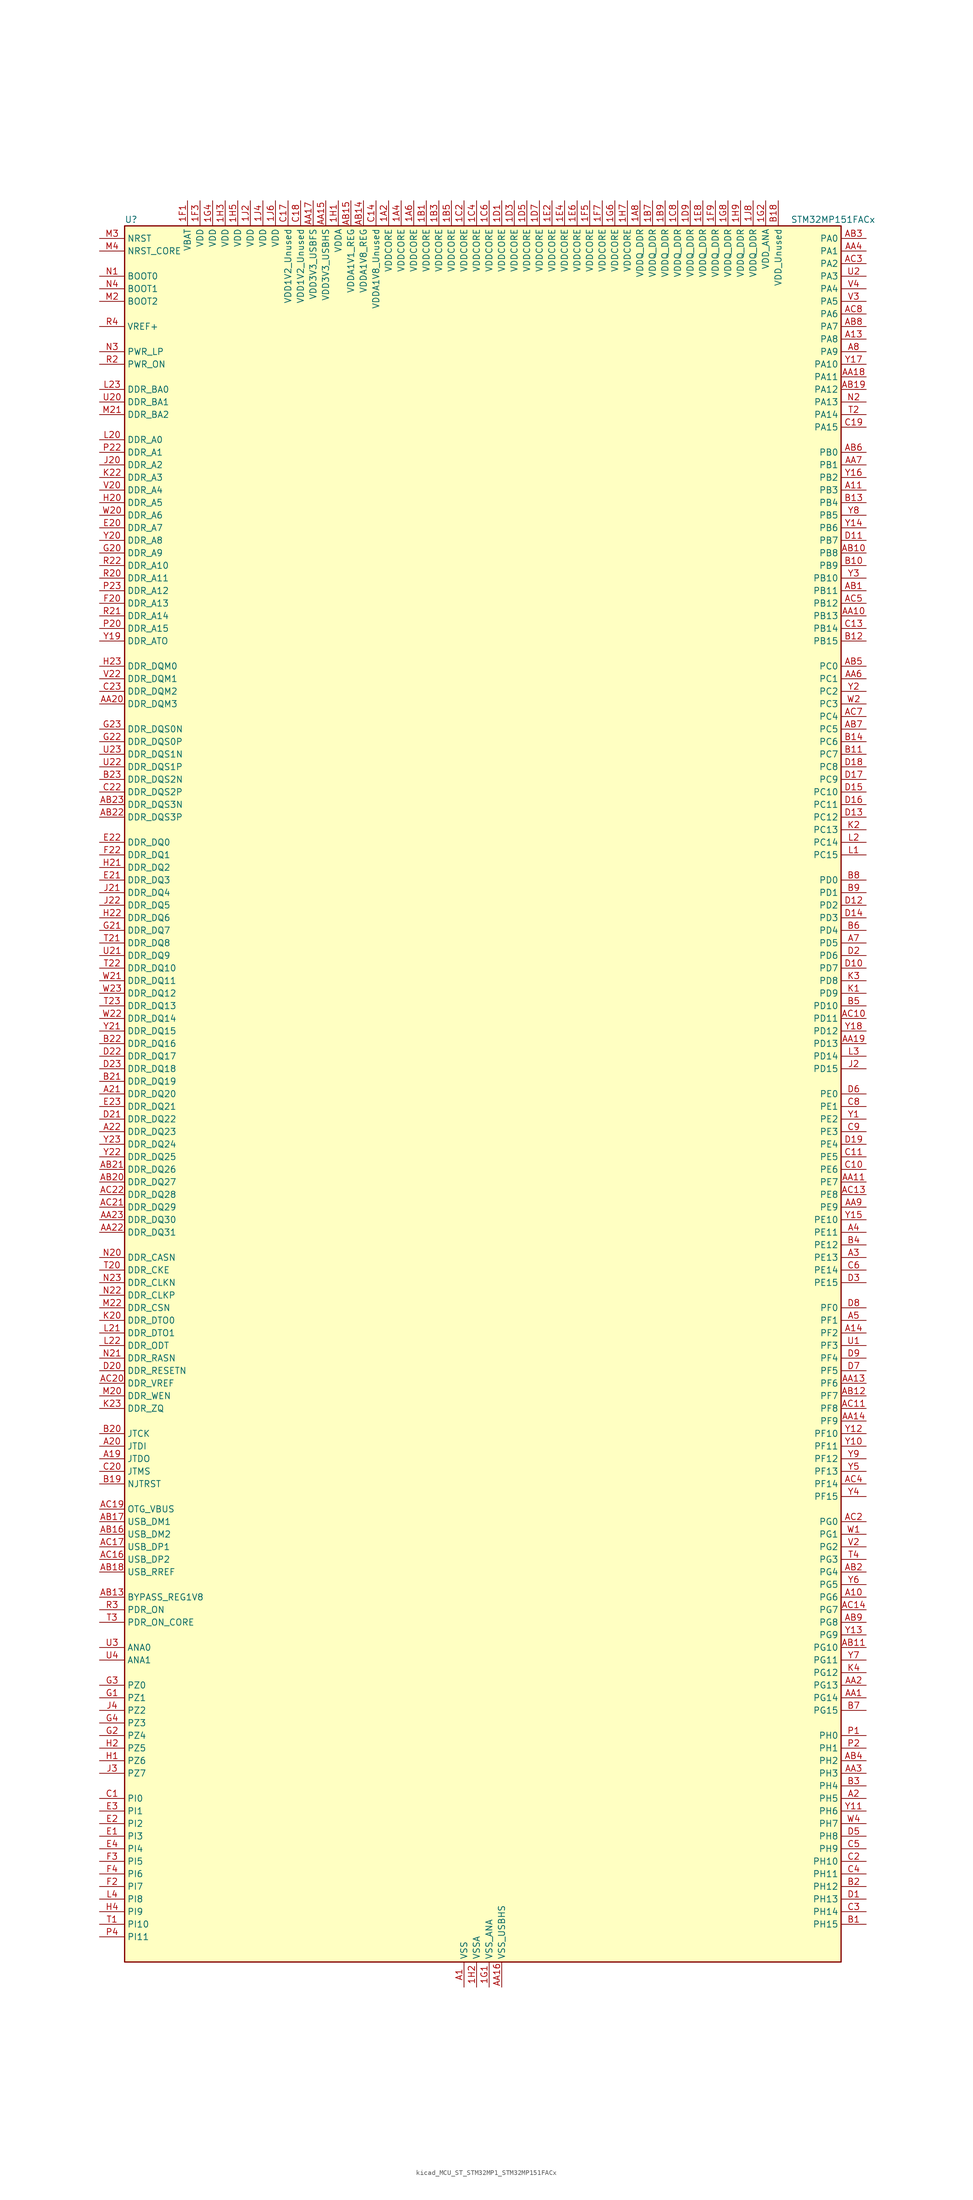
<source format=kicad_sym>
(kicad_symbol_lib
  (version 20220914)
  (generator kicad_symbol_editor)
  (symbol "kicad_MCU_ST_STM32MP1_STM32MP151FACx"
    (property "Reference" "U"
      (at -71.12 176.53 0)
      (effects (font (size 1.27 1.27)) (justify left)))
    (property "Value" "STM32MP151FACx"
      (at 63.5 176.53 0)
      (effects (font (size 1.27 1.27)) (justify left)))
    (property "ki_locked" ""
      (at 0 0 0)
      (effects (font (size 1.27 1.27))))
    (symbol "kicad_MCU_ST_STM32MP1_STM32MP151FACx_0_1"
      (rectangle (start -71.12 -175.26) (end 73.66 175.26) (stroke (width 0.254) (type default)) (fill (type background))))
    (symbol "kicad_MCU_ST_STM32MP1_STM32MP151FACx_1_1"
      (pin power_in line (at -17.78 180.34 270) (length 5.08) (name "VDDCORE" (effects (font (size 1.27 1.27)))) (number "1A2" (effects (font (size 1.27 1.27)))))
      (pin passive line (at -2.54 -180.34 90) (length 5.08) hide (name "VSS" (effects (font (size 1.27 1.27)))) (number "1A3" (effects (font (size 1.27 1.27)))))
      (pin power_in line (at -15.24 180.34 270) (length 5.08) (name "VDDCORE" (effects (font (size 1.27 1.27)))) (number "1A4" (effects (font (size 1.27 1.27)))))
      (pin passive line (at -2.54 -180.34 90) (length 5.08) hide (name "VSS" (effects (font (size 1.27 1.27)))) (number "1A5" (effects (font (size 1.27 1.27)))))
      (pin power_in line (at -12.7 180.34 270) (length 5.08) (name "VDDCORE" (effects (font (size 1.27 1.27)))) (number "1A6" (effects (font (size 1.27 1.27)))))
      (pin passive line (at -2.54 -180.34 90) (length 5.08) hide (name "VSS" (effects (font (size 1.27 1.27)))) (number "1A7" (effects (font (size 1.27 1.27)))))
      (pin power_in line (at 33.02 180.34 270) (length 5.08) (name "VDDQ_DDR" (effects (font (size 1.27 1.27)))) (number "1A8" (effects (font (size 1.27 1.27)))))
      (pin power_in line (at -10.16 180.34 270) (length 5.08) (name "VDDCORE" (effects (font (size 1.27 1.27)))) (number "1B1" (effects (font (size 1.27 1.27)))))
      (pin passive line (at -2.54 -180.34 90) (length 5.08) hide (name "VSS" (effects (font (size 1.27 1.27)))) (number "1B2" (effects (font (size 1.27 1.27)))))
      (pin power_in line (at -7.62 180.34 270) (length 5.08) (name "VDDCORE" (effects (font (size 1.27 1.27)))) (number "1B3" (effects (font (size 1.27 1.27)))))
      (pin passive line (at -2.54 -180.34 90) (length 5.08) hide (name "VSS" (effects (font (size 1.27 1.27)))) (number "1B4" (effects (font (size 1.27 1.27)))))
      (pin power_in line (at -5.08 180.34 270) (length 5.08) (name "VDDCORE" (effects (font (size 1.27 1.27)))) (number "1B5" (effects (font (size 1.27 1.27)))))
      (pin passive line (at -2.54 -180.34 90) (length 5.08) hide (name "VSS" (effects (font (size 1.27 1.27)))) (number "1B6" (effects (font (size 1.27 1.27)))))
      (pin power_in line (at 35.56 180.34 270) (length 5.08) (name "VDDQ_DDR" (effects (font (size 1.27 1.27)))) (number "1B7" (effects (font (size 1.27 1.27)))))
      (pin passive line (at -2.54 -180.34 90) (length 5.08) hide (name "VSS" (effects (font (size 1.27 1.27)))) (number "1B8" (effects (font (size 1.27 1.27)))))
      (pin power_in line (at 38.1 180.34 270) (length 5.08) (name "VDDQ_DDR" (effects (font (size 1.27 1.27)))) (number "1B9" (effects (font (size 1.27 1.27)))))
      (pin passive line (at -2.54 -180.34 90) (length 5.08) hide (name "VSS" (effects (font (size 1.27 1.27)))) (number "1C1" (effects (font (size 1.27 1.27)))))
      (pin power_in line (at -2.54 180.34 270) (length 5.08) (name "VDDCORE" (effects (font (size 1.27 1.27)))) (number "1C2" (effects (font (size 1.27 1.27)))))
      (pin passive line (at -2.54 -180.34 90) (length 5.08) hide (name "VSS" (effects (font (size 1.27 1.27)))) (number "1C3" (effects (font (size 1.27 1.27)))))
      (pin power_in line (at 0 180.34 270) (length 5.08) (name "VDDCORE" (effects (font (size 1.27 1.27)))) (number "1C4" (effects (font (size 1.27 1.27)))))
      (pin passive line (at -2.54 -180.34 90) (length 5.08) hide (name "VSS" (effects (font (size 1.27 1.27)))) (number "1C5" (effects (font (size 1.27 1.27)))))
      (pin power_in line (at 2.54 180.34 270) (length 5.08) (name "VDDCORE" (effects (font (size 1.27 1.27)))) (number "1C6" (effects (font (size 1.27 1.27)))))
      (pin passive line (at -2.54 -180.34 90) (length 5.08) hide (name "VSS" (effects (font (size 1.27 1.27)))) (number "1C7" (effects (font (size 1.27 1.27)))))
      (pin power_in line (at 40.64 180.34 270) (length 5.08) (name "VDDQ_DDR" (effects (font (size 1.27 1.27)))) (number "1C8" (effects (font (size 1.27 1.27)))))
      (pin passive line (at -2.54 -180.34 90) (length 5.08) hide (name "VSS" (effects (font (size 1.27 1.27)))) (number "1C9" (effects (font (size 1.27 1.27)))))
      (pin power_in line (at 5.08 180.34 270) (length 5.08) (name "VDDCORE" (effects (font (size 1.27 1.27)))) (number "1D1" (effects (font (size 1.27 1.27)))))
      (pin passive line (at -2.54 -180.34 90) (length 5.08) hide (name "VSS" (effects (font (size 1.27 1.27)))) (number "1D2" (effects (font (size 1.27 1.27)))))
      (pin power_in line (at 7.62 180.34 270) (length 5.08) (name "VDDCORE" (effects (font (size 1.27 1.27)))) (number "1D3" (effects (font (size 1.27 1.27)))))
      (pin passive line (at -2.54 -180.34 90) (length 5.08) hide (name "VSS" (effects (font (size 1.27 1.27)))) (number "1D4" (effects (font (size 1.27 1.27)))))
      (pin power_in line (at 10.16 180.34 270) (length 5.08) (name "VDDCORE" (effects (font (size 1.27 1.27)))) (number "1D5" (effects (font (size 1.27 1.27)))))
      (pin passive line (at -2.54 -180.34 90) (length 5.08) hide (name "VSS" (effects (font (size 1.27 1.27)))) (number "1D6" (effects (font (size 1.27 1.27)))))
      (pin power_in line (at 12.7 180.34 270) (length 5.08) (name "VDDCORE" (effects (font (size 1.27 1.27)))) (number "1D7" (effects (font (size 1.27 1.27)))))
      (pin passive line (at -2.54 -180.34 90) (length 5.08) hide (name "VSS" (effects (font (size 1.27 1.27)))) (number "1D8" (effects (font (size 1.27 1.27)))))
      (pin power_in line (at 43.18 180.34 270) (length 5.08) (name "VDDQ_DDR" (effects (font (size 1.27 1.27)))) (number "1D9" (effects (font (size 1.27 1.27)))))
      (pin passive line (at -2.54 -180.34 90) (length 5.08) hide (name "VSS" (effects (font (size 1.27 1.27)))) (number "1E1" (effects (font (size 1.27 1.27)))))
      (pin power_in line (at 15.24 180.34 270) (length 5.08) (name "VDDCORE" (effects (font (size 1.27 1.27)))) (number "1E2" (effects (font (size 1.27 1.27)))))
      (pin passive line (at -2.54 -180.34 90) (length 5.08) hide (name "VSS" (effects (font (size 1.27 1.27)))) (number "1E3" (effects (font (size 1.27 1.27)))))
      (pin power_in line (at 17.78 180.34 270) (length 5.08) (name "VDDCORE" (effects (font (size 1.27 1.27)))) (number "1E4" (effects (font (size 1.27 1.27)))))
      (pin passive line (at -2.54 -180.34 90) (length 5.08) hide (name "VSS" (effects (font (size 1.27 1.27)))) (number "1E5" (effects (font (size 1.27 1.27)))))
      (pin power_in line (at 20.32 180.34 270) (length 5.08) (name "VDDCORE" (effects (font (size 1.27 1.27)))) (number "1E6" (effects (font (size 1.27 1.27)))))
      (pin passive line (at -2.54 -180.34 90) (length 5.08) hide (name "VSS" (effects (font (size 1.27 1.27)))) (number "1E7" (effects (font (size 1.27 1.27)))))
      (pin power_in line (at 45.72 180.34 270) (length 5.08) (name "VDDQ_DDR" (effects (font (size 1.27 1.27)))) (number "1E8" (effects (font (size 1.27 1.27)))))
      (pin passive line (at -2.54 -180.34 90) (length 5.08) hide (name "VSS" (effects (font (size 1.27 1.27)))) (number "1E9" (effects (font (size 1.27 1.27)))))
      (pin power_in line (at -58.42 180.34 270) (length 5.08) (name "VBAT" (effects (font (size 1.27 1.27)))) (number "1F1" (effects (font (size 1.27 1.27)))))
      (pin passive line (at -2.54 -180.34 90) (length 5.08) hide (name "VSS" (effects (font (size 1.27 1.27)))) (number "1F2" (effects (font (size 1.27 1.27)))))
      (pin power_in line (at -55.88 180.34 270) (length 5.08) (name "VDD" (effects (font (size 1.27 1.27)))) (number "1F3" (effects (font (size 1.27 1.27)))))
      (pin passive line (at -2.54 -180.34 90) (length 5.08) hide (name "VSS" (effects (font (size 1.27 1.27)))) (number "1F4" (effects (font (size 1.27 1.27)))))
      (pin power_in line (at 22.86 180.34 270) (length 5.08) (name "VDDCORE" (effects (font (size 1.27 1.27)))) (number "1F5" (effects (font (size 1.27 1.27)))))
      (pin passive line (at -2.54 -180.34 90) (length 5.08) hide (name "VSS" (effects (font (size 1.27 1.27)))) (number "1F6" (effects (font (size 1.27 1.27)))))
      (pin power_in line (at 25.4 180.34 270) (length 5.08) (name "VDDCORE" (effects (font (size 1.27 1.27)))) (number "1F7" (effects (font (size 1.27 1.27)))))
      (pin passive line (at -2.54 -180.34 90) (length 5.08) hide (name "VSS" (effects (font (size 1.27 1.27)))) (number "1F8" (effects (font (size 1.27 1.27)))))
      (pin power_in line (at 48.26 180.34 270) (length 5.08) (name "VDDQ_DDR" (effects (font (size 1.27 1.27)))) (number "1F9" (effects (font (size 1.27 1.27)))))
      (pin power_in line (at 2.54 -180.34 90) (length 5.08) (name "VSS_ANA" (effects (font (size 1.27 1.27)))) (number "1G1" (effects (font (size 1.27 1.27)))))
      (pin power_in line (at 58.42 180.34 270) (length 5.08) (name "VDD_ANA" (effects (font (size 1.27 1.27)))) (number "1G2" (effects (font (size 1.27 1.27)))))
      (pin passive line (at -2.54 -180.34 90) (length 5.08) hide (name "VSS" (effects (font (size 1.27 1.27)))) (number "1G3" (effects (font (size 1.27 1.27)))))
      (pin power_in line (at -53.34 180.34 270) (length 5.08) (name "VDD" (effects (font (size 1.27 1.27)))) (number "1G4" (effects (font (size 1.27 1.27)))))
      (pin passive line (at -2.54 -180.34 90) (length 5.08) hide (name "VSS" (effects (font (size 1.27 1.27)))) (number "1G5" (effects (font (size 1.27 1.27)))))
      (pin power_in line (at 27.94 180.34 270) (length 5.08) (name "VDDCORE" (effects (font (size 1.27 1.27)))) (number "1G6" (effects (font (size 1.27 1.27)))))
      (pin passive line (at -2.54 -180.34 90) (length 5.08) hide (name "VSS" (effects (font (size 1.27 1.27)))) (number "1G7" (effects (font (size 1.27 1.27)))))
      (pin power_in line (at 50.8 180.34 270) (length 5.08) (name "VDDQ_DDR" (effects (font (size 1.27 1.27)))) (number "1G8" (effects (font (size 1.27 1.27)))))
      (pin passive line (at -2.54 -180.34 90) (length 5.08) hide (name "VSS" (effects (font (size 1.27 1.27)))) (number "1G9" (effects (font (size 1.27 1.27)))))
      (pin power_in line (at -27.94 180.34 270) (length 5.08) (name "VDDA" (effects (font (size 1.27 1.27)))) (number "1H1" (effects (font (size 1.27 1.27)))))
      (pin power_in line (at 0 -180.34 90) (length 5.08) (name "VSSA" (effects (font (size 1.27 1.27)))) (number "1H2" (effects (font (size 1.27 1.27)))))
      (pin power_in line (at -50.8 180.34 270) (length 5.08) (name "VDD" (effects (font (size 1.27 1.27)))) (number "1H3" (effects (font (size 1.27 1.27)))))
      (pin passive line (at -2.54 -180.34 90) (length 5.08) hide (name "VSS" (effects (font (size 1.27 1.27)))) (number "1H4" (effects (font (size 1.27 1.27)))))
      (pin power_in line (at -48.26 180.34 270) (length 5.08) (name "VDD" (effects (font (size 1.27 1.27)))) (number "1H5" (effects (font (size 1.27 1.27)))))
      (pin passive line (at -2.54 -180.34 90) (length 5.08) hide (name "VSS" (effects (font (size 1.27 1.27)))) (number "1H6" (effects (font (size 1.27 1.27)))))
      (pin power_in line (at 30.48 180.34 270) (length 5.08) (name "VDDCORE" (effects (font (size 1.27 1.27)))) (number "1H7" (effects (font (size 1.27 1.27)))))
      (pin passive line (at -2.54 -180.34 90) (length 5.08) hide (name "VSS" (effects (font (size 1.27 1.27)))) (number "1H8" (effects (font (size 1.27 1.27)))))
      (pin power_in line (at 53.34 180.34 270) (length 5.08) (name "VDDQ_DDR" (effects (font (size 1.27 1.27)))) (number "1H9" (effects (font (size 1.27 1.27)))))
      (pin power_in line (at -45.72 180.34 270) (length 5.08) (name "VDD" (effects (font (size 1.27 1.27)))) (number "1J2" (effects (font (size 1.27 1.27)))))
      (pin passive line (at -2.54 -180.34 90) (length 5.08) hide (name "VSS" (effects (font (size 1.27 1.27)))) (number "1J3" (effects (font (size 1.27 1.27)))))
      (pin power_in line (at -43.18 180.34 270) (length 5.08) (name "VDD" (effects (font (size 1.27 1.27)))) (number "1J4" (effects (font (size 1.27 1.27)))))
      (pin passive line (at -2.54 -180.34 90) (length 5.08) hide (name "VSS" (effects (font (size 1.27 1.27)))) (number "1J5" (effects (font (size 1.27 1.27)))))
      (pin power_in line (at -40.64 180.34 270) (length 5.08) (name "VDD" (effects (font (size 1.27 1.27)))) (number "1J6" (effects (font (size 1.27 1.27)))))
      (pin passive line (at -2.54 -180.34 90) (length 5.08) hide (name "VSS" (effects (font (size 1.27 1.27)))) (number "1J7" (effects (font (size 1.27 1.27)))))
      (pin power_in line (at 55.88 180.34 270) (length 5.08) (name "VDDQ_DDR" (effects (font (size 1.27 1.27)))) (number "1J8" (effects (font (size 1.27 1.27)))))
      (pin power_in line (at -2.54 -180.34 90) (length 5.08) (name "VSS" (effects (font (size 1.27 1.27)))) (number "A1" (effects (font (size 1.27 1.27)))))
      (pin bidirectional line (at 78.74 -101.6 180) (length 5.08) (name "PG6" (effects (font (size 1.27 1.27)))) (number "A10" (effects (font (size 1.27 1.27)))) (alternate "DCMI_D12" bidirectional line) (alternate "DEBUG_TRACED14" bidirectional line) (alternate "LTDC_R7" bidirectional line) (alternate "SDMMC2_CMD" bidirectional line) (alternate "TIM17_BKIN" bidirectional line))
      (pin bidirectional line (at 78.74 121.92 180) (length 5.08) (name "PB3" (effects (font (size 1.27 1.27)))) (number "A11" (effects (font (size 1.27 1.27)))) (alternate "DEBUG_TRACED9" bidirectional line) (alternate "I2S1_CK" bidirectional line) (alternate "I2S3_CK" bidirectional line) (alternate "SAI4_CK1" bidirectional line) (alternate "SAI4_MCLK_A" bidirectional line) (alternate "SDMMC2_D2" bidirectional line) (alternate "SPI1_SCK" bidirectional line) (alternate "SPI3_SCK" bidirectional line) (alternate "SPI6_SCK" bidirectional line) (alternate "TIM2_CH2" bidirectional line) (alternate "UART7_RX" bidirectional line))
      (pin bidirectional line (at 78.74 152.4 180) (length 5.08) (name "PA8" (effects (font (size 1.27 1.27)))) (number "A13" (effects (font (size 1.27 1.27)))) (alternate "I2C3_SCL" bidirectional line) (alternate "I2S3_SDO" bidirectional line) (alternate "LTDC_R6" bidirectional line) (alternate "RCC_MCO_1" bidirectional line) (alternate "SAI4_SD_B" bidirectional line) (alternate "SDMMC2_CKIN" bidirectional line) (alternate "SDMMC2_D4" bidirectional line) (alternate "SPI3_MOSI" bidirectional line) (alternate "TIM1_CH1" bidirectional line) (alternate "TIM8_BKIN2" bidirectional line) (alternate "UART7_RX" bidirectional line) (alternate "USART1_CK" bidirectional line) (alternate "USB_OTG_HS_SOF" bidirectional line))
      (pin bidirectional line (at 78.74 -48.26 180) (length 5.08) (name "PF2" (effects (font (size 1.27 1.27)))) (number "A14" (effects (font (size 1.27 1.27)))) (alternate "FMC_A2" bidirectional line) (alternate "I2C2_SMBA" bidirectional line) (alternate "SDMMC1_D0DIR" bidirectional line) (alternate "SDMMC2_D0DIR" bidirectional line) (alternate "SDMMC3_D0DIR" bidirectional line))
      (pin no_connect line (at -71.12 -175.26 0) (length 5.08) hide (name "DNU" (effects (font (size 1.27 1.27)))) (number "A16" (effects (font (size 1.27 1.27)))))
      (pin no_connect line (at -71.12 -172.72 0) (length 5.08) hide (name "DNU" (effects (font (size 1.27 1.27)))) (number "A17" (effects (font (size 1.27 1.27)))))
      (pin bidirectional line (at -76.2 -73.66 0) (length 5.08) (name "JTDO" (effects (font (size 1.27 1.27)))) (number "A19" (effects (font (size 1.27 1.27)))) (alternate "DEBUG_JTDO-SWO" bidirectional line))
      (pin bidirectional line (at 78.74 -142.24 180) (length 5.08) (name "PH5" (effects (font (size 1.27 1.27)))) (number "A2" (effects (font (size 1.27 1.27)))) (alternate "I2C2_SDA" bidirectional line) (alternate "SAI4_SD_B" bidirectional line) (alternate "SPI5_NSS" bidirectional line))
      (pin bidirectional line (at -76.2 -71.12 0) (length 5.08) (name "JTDI" (effects (font (size 1.27 1.27)))) (number "A20" (effects (font (size 1.27 1.27)))) (alternate "DEBUG_JTDI" bidirectional line))
      (pin bidirectional line (at -76.2 0 0) (length 5.08) (name "DDR_DQ20" (effects (font (size 1.27 1.27)))) (number "A21" (effects (font (size 1.27 1.27)))) (alternate "DDR_DQ20" bidirectional line))
      (pin bidirectional line (at -76.2 -7.62 0) (length 5.08) (name "DDR_DQ23" (effects (font (size 1.27 1.27)))) (number "A22" (effects (font (size 1.27 1.27)))) (alternate "DDR_DQ23" bidirectional line))
      (pin passive line (at -2.54 -180.34 90) (length 5.08) hide (name "VSS" (effects (font (size 1.27 1.27)))) (number "A23" (effects (font (size 1.27 1.27)))))
      (pin bidirectional line (at 78.74 -33.02 180) (length 5.08) (name "PE13" (effects (font (size 1.27 1.27)))) (number "A3" (effects (font (size 1.27 1.27)))) (alternate "DCMI_D6" bidirectional line) (alternate "DFSDM1_CKIN5" bidirectional line) (alternate "FMC_D10" bidirectional line) (alternate "FMC_DA10" bidirectional line) (alternate "HDP_HDP2" bidirectional line) (alternate "LTDC_DE" bidirectional line) (alternate "SAI2_FS_B" bidirectional line) (alternate "SPI4_MISO" bidirectional line) (alternate "TIM1_CH3" bidirectional line))
      (pin bidirectional line (at 78.74 -27.94 180) (length 5.08) (name "PE11" (effects (font (size 1.27 1.27)))) (number "A4" (effects (font (size 1.27 1.27)))) (alternate "ADC1_EXTI11" bidirectional line) (alternate "ADC2_EXTI11" bidirectional line) (alternate "DCMI_D4" bidirectional line) (alternate "DFSDM1_CKIN4" bidirectional line) (alternate "FMC_D8" bidirectional line) (alternate "FMC_DA8" bidirectional line) (alternate "LTDC_G3" bidirectional line) (alternate "SAI2_SD_B" bidirectional line) (alternate "SPI4_NSS" bidirectional line) (alternate "TIM1_CH2" bidirectional line) (alternate "USART6_CK" bidirectional line))
      (pin bidirectional line (at 78.74 -45.72 180) (length 5.08) (name "PF1" (effects (font (size 1.27 1.27)))) (number "A5" (effects (font (size 1.27 1.27)))) (alternate "FMC_A1" bidirectional line) (alternate "I2C2_SCL" bidirectional line) (alternate "SDMMC3_CDIR" bidirectional line) (alternate "SDMMC3_CMD" bidirectional line))
      (pin bidirectional line (at 78.74 30.48 180) (length 5.08) (name "PD5" (effects (font (size 1.27 1.27)))) (number "A7" (effects (font (size 1.27 1.27)))) (alternate "FMC_NWE" bidirectional line) (alternate "SDMMC3_D2" bidirectional line) (alternate "USART2_TX" bidirectional line))
      (pin bidirectional line (at 78.74 149.86 180) (length 5.08) (name "PA9" (effects (font (size 1.27 1.27)))) (number "A8" (effects (font (size 1.27 1.27)))) (alternate "DAC1_EXTI9" bidirectional line) (alternate "DCMI_D0" bidirectional line) (alternate "I2C3_SMBA" bidirectional line) (alternate "I2S2_CK" bidirectional line) (alternate "LTDC_R5" bidirectional line) (alternate "SDMMC2_CDIR" bidirectional line) (alternate "SDMMC2_D5" bidirectional line) (alternate "SPI2_SCK" bidirectional line) (alternate "TIM1_CH2" bidirectional line) (alternate "USART1_TX" bidirectional line))
      (pin bidirectional line (at 78.74 -121.92 180) (length 5.08) (name "PG14" (effects (font (size 1.27 1.27)))) (number "AA1" (effects (font (size 1.27 1.27)))) (alternate "DEBUG_TRACED1" bidirectional line) (alternate "ETH1_TXD1" bidirectional line) (alternate "FMC_A25" bidirectional line) (alternate "LPTIM1_ETR" bidirectional line) (alternate "LTDC_B0" bidirectional line) (alternate "QUADSPI_BK2_IO3" bidirectional line) (alternate "SAI4_D1" bidirectional line) (alternate "SAI4_SD_A" bidirectional line) (alternate "SPI6_MOSI" bidirectional line) (alternate "USART6_TX" bidirectional line))
      (pin bidirectional line (at 78.74 96.52 180) (length 5.08) (name "PB13" (effects (font (size 1.27 1.27)))) (number "AA10" (effects (font (size 1.27 1.27)))) (alternate "DFSDM1_CKIN1" bidirectional line) (alternate "DFSDM1_CKOUT" bidirectional line) (alternate "ETH1_TXD1" bidirectional line) (alternate "I2S2_CK" bidirectional line) (alternate "LPTIM2_OUT" bidirectional line) (alternate "SPI2_SCK" bidirectional line) (alternate "TIM1_CH1N" bidirectional line) (alternate "UART5_TX" bidirectional line) (alternate "USART3_CTS" bidirectional line) (alternate "USART3_NSS" bidirectional line))
      (pin bidirectional line (at 78.74 -17.78 180) (length 5.08) (name "PE7" (effects (font (size 1.27 1.27)))) (number "AA11" (effects (font (size 1.27 1.27)))) (alternate "DFSDM1_DATIN2" bidirectional line) (alternate "FMC_D4" bidirectional line) (alternate "FMC_DA4" bidirectional line) (alternate "QUADSPI_BK2_IO0" bidirectional line) (alternate "TIM1_ETR" bidirectional line) (alternate "TIM3_ETR" bidirectional line) (alternate "UART7_RX" bidirectional line))
      (pin passive line (at -2.54 -180.34 90) (length 5.08) hide (name "VSS" (effects (font (size 1.27 1.27)))) (number "AA12" (effects (font (size 1.27 1.27)))))
      (pin bidirectional line (at 78.74 -58.42 180) (length 5.08) (name "PF6" (effects (font (size 1.27 1.27)))) (number "AA13" (effects (font (size 1.27 1.27)))) (alternate "QUADSPI_BK1_IO3" bidirectional line) (alternate "SAI1_SD_B" bidirectional line) (alternate "SAI4_SCK_B" bidirectional line) (alternate "SPI5_NSS" bidirectional line) (alternate "TIM16_CH1" bidirectional line) (alternate "UART7_RX" bidirectional line))
      (pin bidirectional line (at 78.74 -66.04 180) (length 5.08) (name "PF9" (effects (font (size 1.27 1.27)))) (number "AA14" (effects (font (size 1.27 1.27)))) (alternate "DAC1_EXTI9" bidirectional line) (alternate "DEBUG_TRACED13" bidirectional line) (alternate "QUADSPI_BK1_IO1" bidirectional line) (alternate "SAI1_FS_B" bidirectional line) (alternate "SPI5_MOSI" bidirectional line) (alternate "TIM14_CH1" bidirectional line) (alternate "TIM17_CH1N" bidirectional line) (alternate "UART7_CTS" bidirectional line))
      (pin power_in line (at -30.48 180.34 270) (length 5.08) (name "VDD3V3_USBHS" (effects (font (size 1.27 1.27)))) (number "AA15" (effects (font (size 1.27 1.27)))))
      (pin power_in line (at 5.08 -180.34 90) (length 5.08) (name "VSS_USBHS" (effects (font (size 1.27 1.27)))) (number "AA16" (effects (font (size 1.27 1.27)))))
      (pin power_in line (at -33.02 180.34 270) (length 5.08) (name "VDD3V3_USBFS" (effects (font (size 1.27 1.27)))) (number "AA17" (effects (font (size 1.27 1.27)))))
      (pin bidirectional line (at 78.74 144.78 180) (length 5.08) (name "PA11" (effects (font (size 1.27 1.27)))) (number "AA18" (effects (font (size 1.27 1.27)))) (alternate "ADC1_EXTI11" bidirectional line) (alternate "ADC2_EXTI11" bidirectional line) (alternate "I2C5_SCL" bidirectional line) (alternate "I2C6_SCL" bidirectional line) (alternate "I2S2_WS" bidirectional line) (alternate "LTDC_R4" bidirectional line) (alternate "SPI2_NSS" bidirectional line) (alternate "TIM1_CH4" bidirectional line) (alternate "UART4_RX" bidirectional line) (alternate "USART1_CTS" bidirectional line) (alternate "USART1_NSS" bidirectional line))
      (pin bidirectional line (at 78.74 10.16 180) (length 5.08) (name "PD13" (effects (font (size 1.27 1.27)))) (number "AA19" (effects (font (size 1.27 1.27)))) (alternate "FMC_A18" bidirectional line) (alternate "I2C1_SDA" bidirectional line) (alternate "I2C4_SDA" bidirectional line) (alternate "I2S3_MCK" bidirectional line) (alternate "LPTIM1_OUT" bidirectional line) (alternate "QUADSPI_BK1_IO3" bidirectional line) (alternate "SAI2_SCK_A" bidirectional line) (alternate "TIM4_CH2" bidirectional line))
      (pin bidirectional line (at 78.74 -119.38 180) (length 5.08) (name "PG13" (effects (font (size 1.27 1.27)))) (number "AA2" (effects (font (size 1.27 1.27)))) (alternate "DEBUG_TRACED0" bidirectional line) (alternate "ETH1_TXD0" bidirectional line) (alternate "FMC_A24" bidirectional line) (alternate "LPTIM1_OUT" bidirectional line) (alternate "LTDC_R0" bidirectional line) (alternate "SAI1_CK2" bidirectional line) (alternate "SAI1_SCK_A" bidirectional line) (alternate "SAI4_CK1" bidirectional line) (alternate "SAI4_MCLK_A" bidirectional line) (alternate "SPI6_SCK" bidirectional line) (alternate "USART6_CTS" bidirectional line) (alternate "USART6_NSS" bidirectional line))
      (pin bidirectional line (at -76.2 78.74 0) (length 5.08) (name "DDR_DQM3" (effects (font (size 1.27 1.27)))) (number "AA20" (effects (font (size 1.27 1.27)))) (alternate "DDR_DQM3" bidirectional line))
      (pin passive line (at -2.54 -180.34 90) (length 5.08) hide (name "VSS" (effects (font (size 1.27 1.27)))) (number "AA21" (effects (font (size 1.27 1.27)))))
      (pin bidirectional line (at -76.2 -27.94 0) (length 5.08) (name "DDR_DQ31" (effects (font (size 1.27 1.27)))) (number "AA22" (effects (font (size 1.27 1.27)))) (alternate "DDR_DQ31" bidirectional line))
      (pin bidirectional line (at -76.2 -25.4 0) (length 5.08) (name "DDR_DQ30" (effects (font (size 1.27 1.27)))) (number "AA23" (effects (font (size 1.27 1.27)))) (alternate "DDR_DQ30" bidirectional line))
      (pin bidirectional line (at 78.74 -137.16 180) (length 5.08) (name "PH3" (effects (font (size 1.27 1.27)))) (number "AA3" (effects (font (size 1.27 1.27)))) (alternate "DFSDM1_CKIN4" bidirectional line) (alternate "ETH1_COL" bidirectional line) (alternate "LTDC_R1" bidirectional line) (alternate "QUADSPI_BK2_IO1" bidirectional line) (alternate "SAI2_MCLK_B" bidirectional line))
      (pin bidirectional line (at 78.74 170.18 180) (length 5.08) (name "PA1" (effects (font (size 1.27 1.27)))) (number "AA4" (effects (font (size 1.27 1.27)))) (alternate "ADC1_INN16" bidirectional line) (alternate "ADC1_INP17" bidirectional line) (alternate "ETH1_CLK" bidirectional line) (alternate "ETH1_REF_CLK" bidirectional line) (alternate "ETH1_RX_CLK" bidirectional line) (alternate "LPTIM3_OUT" bidirectional line) (alternate "LTDC_R2" bidirectional line) (alternate "QUADSPI_BK1_IO3" bidirectional line) (alternate "SAI2_MCLK_B" bidirectional line) (alternate "TIM15_CH1N" bidirectional line) (alternate "TIM2_CH2" bidirectional line) (alternate "TIM5_CH2" bidirectional line) (alternate "UART4_RX" bidirectional line) (alternate "USART2_DE" bidirectional line) (alternate "USART2_RTS" bidirectional line))
      (pin passive line (at -2.54 -180.34 90) (length 5.08) hide (name "VSS" (effects (font (size 1.27 1.27)))) (number "AA5" (effects (font (size 1.27 1.27)))))
      (pin bidirectional line (at 78.74 83.82 180) (length 5.08) (name "PC1" (effects (font (size 1.27 1.27)))) (number "AA6" (effects (font (size 1.27 1.27)))) (alternate "ADC1_INN10" bidirectional line) (alternate "ADC1_INP11" bidirectional line) (alternate "ADC2_INN10" bidirectional line) (alternate "ADC2_INP11" bidirectional line) (alternate "DEBUG_TRACED0" bidirectional line) (alternate "DFSDM1_CKIN4" bidirectional line) (alternate "DFSDM1_DATIN0" bidirectional line) (alternate "ETH1_MDC" bidirectional line) (alternate "I2S2_SDO" bidirectional line) (alternate "PWR_WKUP6" bidirectional line) (alternate "SAI1_D1" bidirectional line) (alternate "SAI1_SD_A" bidirectional line) (alternate "SDMMC2_CK" bidirectional line) (alternate "SPI2_MOSI" bidirectional line) (alternate "TAMP_IN3" bidirectional line))
      (pin bidirectional line (at 78.74 127 180) (length 5.08) (name "PB1" (effects (font (size 1.27 1.27)))) (number "AA7" (effects (font (size 1.27 1.27)))) (alternate "ADC1_INP5" bidirectional line) (alternate "ADC2_INP5" bidirectional line) (alternate "DFSDM1_DATIN1" bidirectional line) (alternate "ETH1_RXD3" bidirectional line) (alternate "LTDC_G0" bidirectional line) (alternate "LTDC_R6" bidirectional line) (alternate "TIM1_CH3N" bidirectional line) (alternate "TIM3_CH4" bidirectional line) (alternate "TIM8_CH3N" bidirectional line))
      (pin passive line (at -2.54 -180.34 90) (length 5.08) hide (name "VSS" (effects (font (size 1.27 1.27)))) (number "AA8" (effects (font (size 1.27 1.27)))))
      (pin bidirectional line (at 78.74 -22.86 180) (length 5.08) (name "PE9" (effects (font (size 1.27 1.27)))) (number "AA9" (effects (font (size 1.27 1.27)))) (alternate "DAC1_EXTI9" bidirectional line) (alternate "DFSDM1_CKOUT" bidirectional line) (alternate "FMC_D6" bidirectional line) (alternate "FMC_DA6" bidirectional line) (alternate "QUADSPI_BK2_IO2" bidirectional line) (alternate "TIM1_CH1" bidirectional line) (alternate "UART7_DE" bidirectional line) (alternate "UART7_RTS" bidirectional line))
      (pin bidirectional line (at 78.74 101.6 180) (length 5.08) (name "PB11" (effects (font (size 1.27 1.27)))) (number "AB1" (effects (font (size 1.27 1.27)))) (alternate "ADC1_EXTI11" bidirectional line) (alternate "ADC2_EXTI11" bidirectional line) (alternate "DFSDM1_CKIN7" bidirectional line) (alternate "ETH1_TX_CTL" bidirectional line) (alternate "ETH1_TX_EN" bidirectional line) (alternate "I2C2_SDA" bidirectional line) (alternate "LPTIM2_ETR" bidirectional line) (alternate "LTDC_G5" bidirectional line) (alternate "TIM2_CH4" bidirectional line) (alternate "USART3_RX" bidirectional line))
      (pin bidirectional line (at 78.74 109.22 180) (length 5.08) (name "PB8" (effects (font (size 1.27 1.27)))) (number "AB10" (effects (font (size 1.27 1.27)))) (alternate "DCMI_D6" bidirectional line) (alternate "DFSDM1_CKIN7" bidirectional line) (alternate "ETH1_TXD3" bidirectional line) (alternate "HDP_HDP6" bidirectional line) (alternate "I2C1_SCL" bidirectional line) (alternate "I2C4_SCL" bidirectional line) (alternate "LTDC_B6" bidirectional line) (alternate "SDMMC1_CKIN" bidirectional line) (alternate "SDMMC1_D4" bidirectional line) (alternate "SDMMC2_CKIN" bidirectional line) (alternate "SDMMC2_D4" bidirectional line) (alternate "TIM16_CH1" bidirectional line) (alternate "TIM4_CH3" bidirectional line) (alternate "UART4_RX" bidirectional line))
      (pin bidirectional line (at 78.74 -111.76 180) (length 5.08) (name "PG10" (effects (font (size 1.27 1.27)))) (number "AB11" (effects (font (size 1.27 1.27)))) (alternate "DCMI_D2" bidirectional line) (alternate "DEBUG_TRACED10" bidirectional line) (alternate "FMC_NE3" bidirectional line) (alternate "LTDC_B2" bidirectional line) (alternate "LTDC_G3" bidirectional line) (alternate "QUADSPI_BK2_IO2" bidirectional line) (alternate "SAI2_SD_B" bidirectional line) (alternate "UART8_CTS" bidirectional line))
      (pin bidirectional line (at 78.74 -60.96 180) (length 5.08) (name "PF7" (effects (font (size 1.27 1.27)))) (number "AB12" (effects (font (size 1.27 1.27)))) (alternate "QUADSPI_BK1_IO2" bidirectional line) (alternate "SAI1_MCLK_B" bidirectional line) (alternate "SPI5_SCK" bidirectional line) (alternate "TIM17_CH1" bidirectional line) (alternate "UART7_TX" bidirectional line))
      (pin bidirectional line (at -76.2 -101.6 0) (length 5.08) (name "BYPASS_REG1V8" (effects (font (size 1.27 1.27)))) (number "AB13" (effects (font (size 1.27 1.27)))))
      (pin power_in line (at -22.86 180.34 270) (length 5.08) (name "VDDA1V8_REG" (effects (font (size 1.27 1.27)))) (number "AB14" (effects (font (size 1.27 1.27)))))
      (pin power_in line (at -25.4 180.34 270) (length 5.08) (name "VDDA1V1_REG" (effects (font (size 1.27 1.27)))) (number "AB15" (effects (font (size 1.27 1.27)))))
      (pin bidirectional line (at -76.2 -88.9 0) (length 5.08) (name "USB_DM2" (effects (font (size 1.27 1.27)))) (number "AB16" (effects (font (size 1.27 1.27)))) (alternate "USBH_HS2_DM" bidirectional line) (alternate "USB_OTG_HS_DM" bidirectional line))
      (pin bidirectional line (at -76.2 -86.36 0) (length 5.08) (name "USB_DM1" (effects (font (size 1.27 1.27)))) (number "AB17" (effects (font (size 1.27 1.27)))) (alternate "USBH_HS1_DM" bidirectional line))
      (pin bidirectional line (at -76.2 -96.52 0) (length 5.08) (name "USB_RREF" (effects (font (size 1.27 1.27)))) (number "AB18" (effects (font (size 1.27 1.27)))))
      (pin bidirectional line (at 78.74 142.24 180) (length 5.08) (name "PA12" (effects (font (size 1.27 1.27)))) (number "AB19" (effects (font (size 1.27 1.27)))) (alternate "I2C5_SDA" bidirectional line) (alternate "I2C6_SDA" bidirectional line) (alternate "LTDC_R5" bidirectional line) (alternate "SAI2_FS_B" bidirectional line) (alternate "TIM1_ETR" bidirectional line) (alternate "UART4_TX" bidirectional line) (alternate "USART1_DE" bidirectional line) (alternate "USART1_RTS" bidirectional line))
      (pin bidirectional line (at 78.74 -96.52 180) (length 5.08) (name "PG4" (effects (font (size 1.27 1.27)))) (number "AB2" (effects (font (size 1.27 1.27)))) (alternate "ETH1_GTX_CLK" bidirectional line) (alternate "FMC_A14" bidirectional line) (alternate "TIM1_BKIN2" bidirectional line))
      (pin bidirectional line (at -76.2 -17.78 0) (length 5.08) (name "DDR_DQ27" (effects (font (size 1.27 1.27)))) (number "AB20" (effects (font (size 1.27 1.27)))) (alternate "DDR_DQ27" bidirectional line))
      (pin bidirectional line (at -76.2 -15.24 0) (length 5.08) (name "DDR_DQ26" (effects (font (size 1.27 1.27)))) (number "AB21" (effects (font (size 1.27 1.27)))) (alternate "DDR_DQ26" bidirectional line))
      (pin bidirectional line (at -76.2 55.88 0) (length 5.08) (name "DDR_DQS3P" (effects (font (size 1.27 1.27)))) (number "AB22" (effects (font (size 1.27 1.27)))) (alternate "DDR_DQS3P" bidirectional line))
      (pin bidirectional line (at -76.2 58.42 0) (length 5.08) (name "DDR_DQS3N" (effects (font (size 1.27 1.27)))) (number "AB23" (effects (font (size 1.27 1.27)))) (alternate "DDR_DQS3N" bidirectional line))
      (pin bidirectional line (at 78.74 172.72 180) (length 5.08) (name "PA0" (effects (font (size 1.27 1.27)))) (number "AB3" (effects (font (size 1.27 1.27)))) (alternate "ADC1_INP16" bidirectional line) (alternate "ETH1_CRS" bidirectional line) (alternate "PWR_WKUP1" bidirectional line) (alternate "SAI2_SD_B" bidirectional line) (alternate "SDMMC2_CMD" bidirectional line) (alternate "TIM15_BKIN" bidirectional line) (alternate "TIM2_CH1" bidirectional line) (alternate "TIM2_ETR" bidirectional line) (alternate "TIM5_CH1" bidirectional line) (alternate "TIM8_ETR" bidirectional line) (alternate "UART4_TX" bidirectional line) (alternate "USART2_CTS" bidirectional line) (alternate "USART2_NSS" bidirectional line))
      (pin bidirectional line (at 78.74 -134.62 180) (length 5.08) (name "PH2" (effects (font (size 1.27 1.27)))) (number "AB4" (effects (font (size 1.27 1.27)))) (alternate "ETH1_CRS" bidirectional line) (alternate "LPTIM1_IN2" bidirectional line) (alternate "LTDC_R0" bidirectional line) (alternate "QUADSPI_BK2_IO0" bidirectional line) (alternate "SAI2_SCK_B" bidirectional line))
      (pin bidirectional line (at 78.74 86.36 180) (length 5.08) (name "PC0" (effects (font (size 1.27 1.27)))) (number "AB5" (effects (font (size 1.27 1.27)))) (alternate "ADC1_INP10" bidirectional line) (alternate "ADC2_INP10" bidirectional line) (alternate "DFSDM1_CKIN0" bidirectional line) (alternate "DFSDM1_DATIN4" bidirectional line) (alternate "LPTIM2_IN2" bidirectional line) (alternate "LTDC_R5" bidirectional line) (alternate "QUADSPI_BK2_NCS" bidirectional line) (alternate "SAI2_FS_B" bidirectional line))
      (pin bidirectional line (at 78.74 129.54 180) (length 5.08) (name "PB0" (effects (font (size 1.27 1.27)))) (number "AB6" (effects (font (size 1.27 1.27)))) (alternate "ADC1_INN5" bidirectional line) (alternate "ADC1_INP9" bidirectional line) (alternate "ADC2_INN5" bidirectional line) (alternate "ADC2_INP9" bidirectional line) (alternate "DFSDM1_CKOUT" bidirectional line) (alternate "ETH1_RXD2" bidirectional line) (alternate "LTDC_G1" bidirectional line) (alternate "LTDC_R3" bidirectional line) (alternate "TIM1_CH2N" bidirectional line) (alternate "TIM3_CH3" bidirectional line) (alternate "TIM8_CH2N" bidirectional line) (alternate "UART4_CTS" bidirectional line))
      (pin bidirectional line (at 78.74 73.66 180) (length 5.08) (name "PC5" (effects (font (size 1.27 1.27)))) (number "AB7" (effects (font (size 1.27 1.27)))) (alternate "ADC1_INN4" bidirectional line) (alternate "ADC1_INP8" bidirectional line) (alternate "ADC2_INN4" bidirectional line) (alternate "ADC2_INP8" bidirectional line) (alternate "DFSDM1_DATIN2" bidirectional line) (alternate "ETH1_RXD1" bidirectional line) (alternate "SAI1_D3" bidirectional line) (alternate "SAI1_D4" bidirectional line) (alternate "SAI4_D3" bidirectional line) (alternate "SAI4_D4" bidirectional line) (alternate "SPDIFRX_IN3" bidirectional line))
      (pin bidirectional line (at 78.74 154.94 180) (length 5.08) (name "PA7" (effects (font (size 1.27 1.27)))) (number "AB8" (effects (font (size 1.27 1.27)))) (alternate "ADC1_INN3" bidirectional line) (alternate "ADC1_INP7" bidirectional line) (alternate "ADC2_INN3" bidirectional line) (alternate "ADC2_INP7" bidirectional line) (alternate "ETH1_CRS_DV" bidirectional line) (alternate "ETH1_RX_CTL" bidirectional line) (alternate "ETH1_RX_DV" bidirectional line) (alternate "I2S1_SDO" bidirectional line) (alternate "QUADSPI_CLK" bidirectional line) (alternate "SAI4_D1" bidirectional line) (alternate "SAI4_SD_A" bidirectional line) (alternate "SPI1_MOSI" bidirectional line) (alternate "SPI6_MOSI" bidirectional line) (alternate "TIM14_CH1" bidirectional line) (alternate "TIM1_CH1N" bidirectional line) (alternate "TIM3_CH2" bidirectional line) (alternate "TIM8_CH1N" bidirectional line))
      (pin bidirectional line (at 78.74 -106.68 180) (length 5.08) (name "PG8" (effects (font (size 1.27 1.27)))) (number "AB9" (effects (font (size 1.27 1.27)))) (alternate "DEBUG_TRACED15" bidirectional line) (alternate "ETH1_CLK" bidirectional line) (alternate "ETH1_PPS_OUT" bidirectional line) (alternate "LTDC_G7" bidirectional line) (alternate "SAI4_D2" bidirectional line) (alternate "SAI4_FS_A" bidirectional line) (alternate "SPDIFRX_IN2" bidirectional line) (alternate "SPI6_NSS" bidirectional line) (alternate "TIM2_CH1" bidirectional line) (alternate "TIM2_ETR" bidirectional line) (alternate "TIM8_ETR" bidirectional line) (alternate "USART3_DE" bidirectional line) (alternate "USART3_RTS" bidirectional line) (alternate "USART6_DE" bidirectional line) (alternate "USART6_RTS" bidirectional line))
      (pin passive line (at -2.54 -180.34 90) (length 5.08) hide (name "VSS" (effects (font (size 1.27 1.27)))) (number "AC1" (effects (font (size 1.27 1.27)))))
      (pin bidirectional line (at 78.74 15.24 180) (length 5.08) (name "PD11" (effects (font (size 1.27 1.27)))) (number "AC10" (effects (font (size 1.27 1.27)))) (alternate "ADC1_EXTI11" bidirectional line) (alternate "ADC2_EXTI11" bidirectional line) (alternate "FMC_A16" bidirectional line) (alternate "FMC_CLE" bidirectional line) (alternate "I2C1_SMBA" bidirectional line) (alternate "I2C4_SMBA" bidirectional line) (alternate "LPTIM2_IN2" bidirectional line) (alternate "QUADSPI_BK1_IO0" bidirectional line) (alternate "SAI2_SD_A" bidirectional line) (alternate "USART3_CTS" bidirectional line) (alternate "USART3_NSS" bidirectional line))
      (pin bidirectional line (at 78.74 -63.5 180) (length 5.08) (name "PF8" (effects (font (size 1.27 1.27)))) (number "AC11" (effects (font (size 1.27 1.27)))) (alternate "DEBUG_TRACED12" bidirectional line) (alternate "QUADSPI_BK1_IO0" bidirectional line) (alternate "SAI1_SCK_B" bidirectional line) (alternate "SPI5_MISO" bidirectional line) (alternate "TIM13_CH1" bidirectional line) (alternate "TIM16_CH1N" bidirectional line) (alternate "UART7_DE" bidirectional line) (alternate "UART7_RTS" bidirectional line))
      (pin bidirectional line (at 78.74 -20.32 180) (length 5.08) (name "PE8" (effects (font (size 1.27 1.27)))) (number "AC13" (effects (font (size 1.27 1.27)))) (alternate "DFSDM1_CKIN2" bidirectional line) (alternate "FMC_D5" bidirectional line) (alternate "FMC_DA5" bidirectional line) (alternate "QUADSPI_BK2_IO1" bidirectional line) (alternate "TIM1_CH1N" bidirectional line) (alternate "UART7_TX" bidirectional line))
      (pin bidirectional line (at 78.74 -104.14 180) (length 5.08) (name "PG7" (effects (font (size 1.27 1.27)))) (number "AC14" (effects (font (size 1.27 1.27)))) (alternate "DCMI_D13" bidirectional line) (alternate "DEBUG_TRACED5" bidirectional line) (alternate "LTDC_CLK" bidirectional line) (alternate "QUADSPI_BK2_IO3" bidirectional line) (alternate "QUADSPI_CLK" bidirectional line) (alternate "SAI1_MCLK_A" bidirectional line) (alternate "UART8_DE" bidirectional line) (alternate "UART8_RTS" bidirectional line) (alternate "USART6_CK" bidirectional line))
      (pin bidirectional line (at -76.2 -93.98 0) (length 5.08) (name "USB_DP2" (effects (font (size 1.27 1.27)))) (number "AC16" (effects (font (size 1.27 1.27)))) (alternate "USBH_HS2_DP" bidirectional line) (alternate "USB_OTG_HS_DP" bidirectional line))
      (pin bidirectional line (at -76.2 -91.44 0) (length 5.08) (name "USB_DP1" (effects (font (size 1.27 1.27)))) (number "AC17" (effects (font (size 1.27 1.27)))) (alternate "USBH_HS1_DP" bidirectional line))
      (pin bidirectional line (at -76.2 -83.82 0) (length 5.08) (name "OTG_VBUS" (effects (font (size 1.27 1.27)))) (number "AC19" (effects (font (size 1.27 1.27)))) (alternate "USB_OTG_HS_VBUS" bidirectional line))
      (pin bidirectional line (at 78.74 -86.36 180) (length 5.08) (name "PG0" (effects (font (size 1.27 1.27)))) (number "AC2" (effects (font (size 1.27 1.27)))) (alternate "DEBUG_TRACED0" bidirectional line) (alternate "DFSDM1_DATIN0" bidirectional line) (alternate "ETH1_TXD4" bidirectional line) (alternate "FMC_A10" bidirectional line))
      (pin bidirectional line (at -76.2 -58.42 0) (length 5.08) (name "DDR_VREF" (effects (font (size 1.27 1.27)))) (number "AC20" (effects (font (size 1.27 1.27)))) (alternate "DDR_VREF" bidirectional line))
      (pin bidirectional line (at -76.2 -22.86 0) (length 5.08) (name "DDR_DQ29" (effects (font (size 1.27 1.27)))) (number "AC21" (effects (font (size 1.27 1.27)))) (alternate "DDR_DQ29" bidirectional line))
      (pin bidirectional line (at -76.2 -20.32 0) (length 5.08) (name "DDR_DQ28" (effects (font (size 1.27 1.27)))) (number "AC22" (effects (font (size 1.27 1.27)))) (alternate "DDR_DQ28" bidirectional line))
      (pin passive line (at -2.54 -180.34 90) (length 5.08) hide (name "VSS" (effects (font (size 1.27 1.27)))) (number "AC23" (effects (font (size 1.27 1.27)))))
      (pin bidirectional line (at 78.74 167.64 180) (length 5.08) (name "PA2" (effects (font (size 1.27 1.27)))) (number "AC3" (effects (font (size 1.27 1.27)))) (alternate "ADC1_INP14" bidirectional line) (alternate "ETH1_MDIO" bidirectional line) (alternate "LPTIM4_OUT" bidirectional line) (alternate "LTDC_R1" bidirectional line) (alternate "PWR_WKUP2" bidirectional line) (alternate "SAI2_SCK_B" bidirectional line) (alternate "SDMMC2_D0DIR" bidirectional line) (alternate "TIM15_CH1" bidirectional line) (alternate "TIM2_CH3" bidirectional line) (alternate "TIM5_CH3" bidirectional line) (alternate "USART2_TX" bidirectional line))
      (pin bidirectional line (at 78.74 -78.74 180) (length 5.08) (name "PF14" (effects (font (size 1.27 1.27)))) (number "AC4" (effects (font (size 1.27 1.27)))) (alternate "ADC2_INN2" bidirectional line) (alternate "ADC2_INP6" bidirectional line) (alternate "DEBUG_TRACED6" bidirectional line) (alternate "DFSDM1_CKIN6" bidirectional line) (alternate "ETH1_RXD6" bidirectional line) (alternate "FMC_A8" bidirectional line) (alternate "I2C1_SCL" bidirectional line) (alternate "I2C4_SCL" bidirectional line))
      (pin bidirectional line (at 78.74 99.06 180) (length 5.08) (name "PB12" (effects (font (size 1.27 1.27)))) (number "AC5" (effects (font (size 1.27 1.27)))) (alternate "DFSDM1_DATIN1" bidirectional line) (alternate "ETH1_TXD0" bidirectional line) (alternate "I2C2_SMBA" bidirectional line) (alternate "I2C6_SMBA" bidirectional line) (alternate "I2S2_WS" bidirectional line) (alternate "SPI2_NSS" bidirectional line) (alternate "TIM1_BKIN" bidirectional line) (alternate "UART5_RX" bidirectional line) (alternate "USART3_CK" bidirectional line) (alternate "USART3_RX" bidirectional line))
      (pin bidirectional line (at 78.74 76.2 180) (length 5.08) (name "PC4" (effects (font (size 1.27 1.27)))) (number "AC7" (effects (font (size 1.27 1.27)))) (alternate "ADC1_INP4" bidirectional line) (alternate "ADC2_INP4" bidirectional line) (alternate "DFSDM1_CKIN2" bidirectional line) (alternate "ETH1_RXD0" bidirectional line) (alternate "I2S1_MCK" bidirectional line) (alternate "SPDIFRX_IN2" bidirectional line))
      (pin bidirectional line (at 78.74 157.48 180) (length 5.08) (name "PA6" (effects (font (size 1.27 1.27)))) (number "AC8" (effects (font (size 1.27 1.27)))) (alternate "ADC1_INP3" bidirectional line) (alternate "ADC2_INP3" bidirectional line) (alternate "DCMI_PIXCLK" bidirectional line) (alternate "I2S1_SDI" bidirectional line) (alternate "LTDC_G2" bidirectional line) (alternate "SAI4_CK2" bidirectional line) (alternate "SAI4_SCK_A" bidirectional line) (alternate "SPI1_MISO" bidirectional line) (alternate "SPI6_MISO" bidirectional line) (alternate "TIM13_CH1" bidirectional line) (alternate "TIM1_BKIN" bidirectional line) (alternate "TIM3_CH1" bidirectional line) (alternate "TIM8_BKIN" bidirectional line))
      (pin bidirectional line (at 78.74 -167.64 180) (length 5.08) (name "PH15" (effects (font (size 1.27 1.27)))) (number "B1" (effects (font (size 1.27 1.27)))) (alternate "ADC1_EXTI15" bidirectional line) (alternate "ADC2_EXTI15" bidirectional line) (alternate "DCMI_D11" bidirectional line) (alternate "LTDC_G4" bidirectional line) (alternate "TIM8_CH3N" bidirectional line))
      (pin bidirectional line (at 78.74 106.68 180) (length 5.08) (name "PB9" (effects (font (size 1.27 1.27)))) (number "B10" (effects (font (size 1.27 1.27)))) (alternate "DAC1_EXTI9" bidirectional line) (alternate "DCMI_D7" bidirectional line) (alternate "DFSDM1_DATIN7" bidirectional line) (alternate "HDP_HDP7" bidirectional line) (alternate "I2C1_SDA" bidirectional line) (alternate "I2C4_SDA" bidirectional line) (alternate "I2S2_WS" bidirectional line) (alternate "LTDC_B7" bidirectional line) (alternate "SDMMC1_CDIR" bidirectional line) (alternate "SDMMC1_D5" bidirectional line) (alternate "SDMMC2_CDIR" bidirectional line) (alternate "SDMMC2_D5" bidirectional line) (alternate "SPI2_NSS" bidirectional line) (alternate "TIM17_CH1" bidirectional line) (alternate "TIM4_CH4" bidirectional line) (alternate "UART4_TX" bidirectional line))
      (pin bidirectional line (at 78.74 68.58 180) (length 5.08) (name "PC7" (effects (font (size 1.27 1.27)))) (number "B11" (effects (font (size 1.27 1.27)))) (alternate "DCMI_D1" bidirectional line) (alternate "DFSDM1_DATIN3" bidirectional line) (alternate "HDP_HDP4" bidirectional line) (alternate "I2S3_MCK" bidirectional line) (alternate "LTDC_G6" bidirectional line) (alternate "SDMMC1_D123DIR" bidirectional line) (alternate "SDMMC1_D7" bidirectional line) (alternate "SDMMC2_D123DIR" bidirectional line) (alternate "SDMMC2_D7" bidirectional line) (alternate "TIM3_CH2" bidirectional line) (alternate "TIM8_CH2" bidirectional line) (alternate "USART6_RX" bidirectional line))
      (pin bidirectional line (at 78.74 91.44 180) (length 5.08) (name "PB15" (effects (font (size 1.27 1.27)))) (number "B12" (effects (font (size 1.27 1.27)))) (alternate "ADC1_EXTI15" bidirectional line) (alternate "ADC2_EXTI15" bidirectional line) (alternate "DFSDM1_CKIN2" bidirectional line) (alternate "I2S2_SDO" bidirectional line) (alternate "RTC_REFIN" bidirectional line) (alternate "SDMMC2_D1" bidirectional line) (alternate "SPI2_MOSI" bidirectional line) (alternate "TIM12_CH2" bidirectional line) (alternate "TIM1_CH3N" bidirectional line) (alternate "TIM8_CH3N" bidirectional line) (alternate "USART1_RX" bidirectional line))
      (pin bidirectional line (at 78.74 119.38 180) (length 5.08) (name "PB4" (effects (font (size 1.27 1.27)))) (number "B13" (effects (font (size 1.27 1.27)))) (alternate "DEBUG_TRACED8" bidirectional line) (alternate "I2S1_SDI" bidirectional line) (alternate "I2S2_WS" bidirectional line) (alternate "I2S3_SDI" bidirectional line) (alternate "SAI4_CK2" bidirectional line) (alternate "SAI4_SCK_A" bidirectional line) (alternate "SDMMC2_D3" bidirectional line) (alternate "SPI1_MISO" bidirectional line) (alternate "SPI2_NSS" bidirectional line) (alternate "SPI3_MISO" bidirectional line) (alternate "SPI6_MISO" bidirectional line) (alternate "TIM16_BKIN" bidirectional line) (alternate "TIM3_CH1" bidirectional line) (alternate "UART7_TX" bidirectional line))
      (pin bidirectional line (at 78.74 71.12 180) (length 5.08) (name "PC6" (effects (font (size 1.27 1.27)))) (number "B14" (effects (font (size 1.27 1.27)))) (alternate "DCMI_D0" bidirectional line) (alternate "DFSDM1_CKIN3" bidirectional line) (alternate "HDP_HDP1" bidirectional line) (alternate "I2S2_MCK" bidirectional line) (alternate "LTDC_HSYNC" bidirectional line) (alternate "SDMMC1_D0DIR" bidirectional line) (alternate "SDMMC1_D6" bidirectional line) (alternate "SDMMC2_D0DIR" bidirectional line) (alternate "SDMMC2_D6" bidirectional line) (alternate "TIM3_CH1" bidirectional line) (alternate "TIM8_CH1" bidirectional line) (alternate "USART6_TX" bidirectional line))
      (pin no_connect line (at -71.12 -170.18 0) (length 5.08) hide (name "DNU" (effects (font (size 1.27 1.27)))) (number "B15" (effects (font (size 1.27 1.27)))))
      (pin no_connect line (at -71.12 -167.64 0) (length 5.08) hide (name "DNU" (effects (font (size 1.27 1.27)))) (number "B16" (effects (font (size 1.27 1.27)))))
      (pin no_connect line (at -71.12 -165.1 0) (length 5.08) hide (name "DNU" (effects (font (size 1.27 1.27)))) (number "B17" (effects (font (size 1.27 1.27)))))
      (pin power_in line (at 60.96 180.34 270) (length 5.08) (name "VDD_Unused" (effects (font (size 1.27 1.27)))) (number "B18" (effects (font (size 1.27 1.27)))))
      (pin bidirectional line (at -76.2 -78.74 0) (length 5.08) (name "NJTRST" (effects (font (size 1.27 1.27)))) (number "B19" (effects (font (size 1.27 1.27)))) (alternate "DEBUG_JTRST" bidirectional line))
      (pin bidirectional line (at 78.74 -160.02 180) (length 5.08) (name "PH12" (effects (font (size 1.27 1.27)))) (number "B2" (effects (font (size 1.27 1.27)))) (alternate "DCMI_D3" bidirectional line) (alternate "HDP_HDP2" bidirectional line) (alternate "I2C1_SDA" bidirectional line) (alternate "I2C4_SDA" bidirectional line) (alternate "LTDC_R6" bidirectional line) (alternate "TIM5_CH3" bidirectional line))
      (pin bidirectional line (at -76.2 -68.58 0) (length 5.08) (name "JTCK" (effects (font (size 1.27 1.27)))) (number "B20" (effects (font (size 1.27 1.27)))) (alternate "DEBUG_JTCK-SWCLK" bidirectional line))
      (pin bidirectional line (at -76.2 2.54 0) (length 5.08) (name "DDR_DQ19" (effects (font (size 1.27 1.27)))) (number "B21" (effects (font (size 1.27 1.27)))) (alternate "DDR_DQ19" bidirectional line))
      (pin bidirectional line (at -76.2 10.16 0) (length 5.08) (name "DDR_DQ16" (effects (font (size 1.27 1.27)))) (number "B22" (effects (font (size 1.27 1.27)))) (alternate "DDR_DQ16" bidirectional line))
      (pin bidirectional line (at -76.2 63.5 0) (length 5.08) (name "DDR_DQS2N" (effects (font (size 1.27 1.27)))) (number "B23" (effects (font (size 1.27 1.27)))) (alternate "DDR_DQS2N" bidirectional line))
      (pin bidirectional line (at 78.74 -139.7 180) (length 5.08) (name "PH4" (effects (font (size 1.27 1.27)))) (number "B3" (effects (font (size 1.27 1.27)))) (alternate "I2C2_SCL" bidirectional line) (alternate "LTDC_G4" bidirectional line) (alternate "LTDC_G5" bidirectional line))
      (pin bidirectional line (at 78.74 -30.48 180) (length 5.08) (name "PE12" (effects (font (size 1.27 1.27)))) (number "B4" (effects (font (size 1.27 1.27)))) (alternate "DFSDM1_DATIN5" bidirectional line) (alternate "FMC_D9" bidirectional line) (alternate "FMC_DA9" bidirectional line) (alternate "LTDC_B4" bidirectional line) (alternate "SAI2_SCK_B" bidirectional line) (alternate "SDMMC1_D0DIR" bidirectional line) (alternate "SPI4_SCK" bidirectional line) (alternate "TIM1_CH3N" bidirectional line))
      (pin bidirectional line (at 78.74 17.78 180) (length 5.08) (name "PD10" (effects (font (size 1.27 1.27)))) (number "B5" (effects (font (size 1.27 1.27)))) (alternate "DFSDM1_CKOUT" bidirectional line) (alternate "FMC_D15" bidirectional line) (alternate "FMC_DA15" bidirectional line) (alternate "I2C5_SMBA" bidirectional line) (alternate "I2S3_SDI" bidirectional line) (alternate "LTDC_B3" bidirectional line) (alternate "RTC_REFIN" bidirectional line) (alternate "SAI3_FS_B" bidirectional line) (alternate "SPI3_MISO" bidirectional line) (alternate "TIM16_BKIN" bidirectional line) (alternate "USART3_CK" bidirectional line))
      (pin bidirectional line (at 78.74 33.02 180) (length 5.08) (name "PD4" (effects (font (size 1.27 1.27)))) (number "B6" (effects (font (size 1.27 1.27)))) (alternate "DFSDM1_CKIN0" bidirectional line) (alternate "FMC_NOE" bidirectional line) (alternate "SAI3_FS_A" bidirectional line) (alternate "SDMMC3_D1" bidirectional line) (alternate "USART2_DE" bidirectional line) (alternate "USART2_RTS" bidirectional line))
      (pin bidirectional line (at 78.74 -124.46 180) (length 5.08) (name "PG15" (effects (font (size 1.27 1.27)))) (number "B7" (effects (font (size 1.27 1.27)))) (alternate "ADC1_EXTI15" bidirectional line) (alternate "ADC2_EXTI15" bidirectional line) (alternate "DCMI_D13" bidirectional line) (alternate "DEBUG_TRACED7" bidirectional line) (alternate "I2C2_SDA" bidirectional line) (alternate "SAI1_D2" bidirectional line) (alternate "SAI1_FS_A" bidirectional line) (alternate "SDMMC3_CK" bidirectional line) (alternate "USART6_CTS" bidirectional line) (alternate "USART6_NSS" bidirectional line))
      (pin bidirectional line (at 78.74 43.18 180) (length 5.08) (name "PD0" (effects (font (size 1.27 1.27)))) (number "B8" (effects (font (size 1.27 1.27)))) (alternate "DFSDM1_CKIN6" bidirectional line) (alternate "DFSDM1_DATIN7" bidirectional line) (alternate "FMC_D2" bidirectional line) (alternate "FMC_DA2" bidirectional line) (alternate "I2C5_SDA" bidirectional line) (alternate "I2C6_SDA" bidirectional line) (alternate "SAI3_SCK_A" bidirectional line) (alternate "SDMMC3_CMD" bidirectional line) (alternate "UART4_RX" bidirectional line))
      (pin bidirectional line (at 78.74 40.64 180) (length 5.08) (name "PD1" (effects (font (size 1.27 1.27)))) (number "B9" (effects (font (size 1.27 1.27)))) (alternate "DFSDM1_CKIN7" bidirectional line) (alternate "DFSDM1_DATIN6" bidirectional line) (alternate "FMC_D3" bidirectional line) (alternate "FMC_DA3" bidirectional line) (alternate "I2C5_SCL" bidirectional line) (alternate "I2C6_SCL" bidirectional line) (alternate "SAI3_SD_A" bidirectional line) (alternate "SDMMC3_D0" bidirectional line) (alternate "UART4_TX" bidirectional line))
      (pin bidirectional line (at -76.2 -142.24 0) (length 5.08) (name "PI0" (effects (font (size 1.27 1.27)))) (number "C1" (effects (font (size 1.27 1.27)))) (alternate "DCMI_D13" bidirectional line) (alternate "I2S2_WS" bidirectional line) (alternate "LTDC_G5" bidirectional line) (alternate "SPI2_NSS" bidirectional line) (alternate "TIM5_CH4" bidirectional line))
      (pin bidirectional line (at 78.74 -15.24 180) (length 5.08) (name "PE6" (effects (font (size 1.27 1.27)))) (number "C10" (effects (font (size 1.27 1.27)))) (alternate "DCMI_D7" bidirectional line) (alternate "DEBUG_TRACED2" bidirectional line) (alternate "FMC_A22" bidirectional line) (alternate "LTDC_G1" bidirectional line) (alternate "SAI1_D1" bidirectional line) (alternate "SAI1_SD_A" bidirectional line) (alternate "SAI2_MCLK_B" bidirectional line) (alternate "SDMMC1_D2" bidirectional line) (alternate "SDMMC2_D0" bidirectional line) (alternate "SPI4_MOSI" bidirectional line) (alternate "TIM15_CH2" bidirectional line) (alternate "TIM1_BKIN2" bidirectional line))
      (pin bidirectional line (at 78.74 -12.7 180) (length 5.08) (name "PE5" (effects (font (size 1.27 1.27)))) (number "C11" (effects (font (size 1.27 1.27)))) (alternate "DCMI_D6" bidirectional line) (alternate "DEBUG_TRACED3" bidirectional line) (alternate "DFSDM1_CKIN3" bidirectional line) (alternate "FMC_A21" bidirectional line) (alternate "LTDC_G0" bidirectional line) (alternate "SAI1_CK2" bidirectional line) (alternate "SAI1_SCK_A" bidirectional line) (alternate "SDMMC1_D0DIR" bidirectional line) (alternate "SDMMC1_D6" bidirectional line) (alternate "SDMMC2_D0DIR" bidirectional line) (alternate "SDMMC2_D6" bidirectional line) (alternate "SPI4_MISO" bidirectional line) (alternate "TIM15_CH1" bidirectional line))
      (pin passive line (at -2.54 -180.34 90) (length 5.08) hide (name "VSS" (effects (font (size 1.27 1.27)))) (number "C12" (effects (font (size 1.27 1.27)))))
      (pin bidirectional line (at 78.74 93.98 180) (length 5.08) (name "PB14" (effects (font (size 1.27 1.27)))) (number "C13" (effects (font (size 1.27 1.27)))) (alternate "DFSDM1_DATIN2" bidirectional line) (alternate "I2S2_SDI" bidirectional line) (alternate "SDMMC2_D0" bidirectional line) (alternate "SPI2_MISO" bidirectional line) (alternate "TIM12_CH1" bidirectional line) (alternate "TIM1_CH2N" bidirectional line) (alternate "TIM8_CH2N" bidirectional line) (alternate "USART1_TX" bidirectional line) (alternate "USART3_DE" bidirectional line) (alternate "USART3_RTS" bidirectional line))
      (pin power_in line (at -20.32 180.34 270) (length 5.08) (name "VDDA1V8_Unused" (effects (font (size 1.27 1.27)))) (number "C14" (effects (font (size 1.27 1.27)))))
      (pin no_connect line (at -71.12 -162.56 0) (length 5.08) hide (name "DNU" (effects (font (size 1.27 1.27)))) (number "C15" (effects (font (size 1.27 1.27)))))
      (pin passive line (at -2.54 -180.34 90) (length 5.08) hide (name "VSS" (effects (font (size 1.27 1.27)))) (number "C16" (effects (font (size 1.27 1.27)))))
      (pin power_in line (at -38.1 180.34 270) (length 5.08) (name "VDD1V2_Unused" (effects (font (size 1.27 1.27)))) (number "C17" (effects (font (size 1.27 1.27)))))
      (pin power_in line (at -35.56 180.34 270) (length 5.08) (name "VDD1V2_Unused" (effects (font (size 1.27 1.27)))) (number "C18" (effects (font (size 1.27 1.27)))))
      (pin bidirectional line (at 78.74 134.62 180) (length 5.08) (name "PA15" (effects (font (size 1.27 1.27)))) (number "C19" (effects (font (size 1.27 1.27)))) (alternate "ADC1_EXTI15" bidirectional line) (alternate "ADC2_EXTI15" bidirectional line) (alternate "CEC" bidirectional line) (alternate "DEBUG_DBTRGI" bidirectional line) (alternate "I2S1_WS" bidirectional line) (alternate "I2S3_WS" bidirectional line) (alternate "LTDC_R1" bidirectional line) (alternate "SAI4_D2" bidirectional line) (alternate "SAI4_FS_A" bidirectional line) (alternate "SDMMC1_CDIR" bidirectional line) (alternate "SDMMC1_D5" bidirectional line) (alternate "SDMMC2_CDIR" bidirectional line) (alternate "SDMMC2_D5" bidirectional line) (alternate "SPI1_NSS" bidirectional line) (alternate "SPI3_NSS" bidirectional line) (alternate "SPI6_NSS" bidirectional line) (alternate "TIM2_CH1" bidirectional line) (alternate "TIM2_ETR" bidirectional line) (alternate "UART4_DE" bidirectional line) (alternate "UART4_RTS" bidirectional line) (alternate "UART7_TX" bidirectional line))
      (pin bidirectional line (at 78.74 -154.94 180) (length 5.08) (name "PH10" (effects (font (size 1.27 1.27)))) (number "C2" (effects (font (size 1.27 1.27)))) (alternate "DCMI_D1" bidirectional line) (alternate "I2C1_SMBA" bidirectional line) (alternate "I2C4_SMBA" bidirectional line) (alternate "LTDC_R4" bidirectional line) (alternate "TIM5_CH1" bidirectional line))
      (pin bidirectional line (at -76.2 -76.2 0) (length 5.08) (name "JTMS" (effects (font (size 1.27 1.27)))) (number "C20" (effects (font (size 1.27 1.27)))) (alternate "DEBUG_JTMS-SWDIO" bidirectional line))
      (pin passive line (at -2.54 -180.34 90) (length 5.08) hide (name "VSS" (effects (font (size 1.27 1.27)))) (number "C21" (effects (font (size 1.27 1.27)))))
      (pin bidirectional line (at -76.2 60.96 0) (length 5.08) (name "DDR_DQS2P" (effects (font (size 1.27 1.27)))) (number "C22" (effects (font (size 1.27 1.27)))) (alternate "DDR_DQS2P" bidirectional line))
      (pin bidirectional line (at -76.2 81.28 0) (length 5.08) (name "DDR_DQM2" (effects (font (size 1.27 1.27)))) (number "C23" (effects (font (size 1.27 1.27)))) (alternate "DDR_DQM2" bidirectional line))
      (pin bidirectional line (at 78.74 -165.1 180) (length 5.08) (name "PH14" (effects (font (size 1.27 1.27)))) (number "C3" (effects (font (size 1.27 1.27)))) (alternate "DCMI_D4" bidirectional line) (alternate "LTDC_G3" bidirectional line) (alternate "TIM8_CH2N" bidirectional line) (alternate "UART4_RX" bidirectional line))
      (pin bidirectional line (at 78.74 -157.48 180) (length 5.08) (name "PH11" (effects (font (size 1.27 1.27)))) (number "C4" (effects (font (size 1.27 1.27)))) (alternate "ADC1_EXTI11" bidirectional line) (alternate "ADC2_EXTI11" bidirectional line) (alternate "DCMI_D2" bidirectional line) (alternate "I2C1_SCL" bidirectional line) (alternate "I2C4_SCL" bidirectional line) (alternate "LTDC_R5" bidirectional line) (alternate "TIM5_CH2" bidirectional line))
      (pin bidirectional line (at 78.74 -152.4 180) (length 5.08) (name "PH9" (effects (font (size 1.27 1.27)))) (number "C5" (effects (font (size 1.27 1.27)))) (alternate "DAC1_EXTI9" bidirectional line) (alternate "DCMI_D0" bidirectional line) (alternate "I2C3_SMBA" bidirectional line) (alternate "LTDC_R3" bidirectional line) (alternate "TIM12_CH2" bidirectional line))
      (pin bidirectional line (at 78.74 -35.56 180) (length 5.08) (name "PE14" (effects (font (size 1.27 1.27)))) (number "C6" (effects (font (size 1.27 1.27)))) (alternate "FMC_D11" bidirectional line) (alternate "FMC_DA11" bidirectional line) (alternate "LTDC_CLK" bidirectional line) (alternate "LTDC_G0" bidirectional line) (alternate "SAI2_MCLK_B" bidirectional line) (alternate "SDMMC1_D123DIR" bidirectional line) (alternate "SPI4_MOSI" bidirectional line) (alternate "TIM1_CH4" bidirectional line) (alternate "UART8_DE" bidirectional line) (alternate "UART8_RTS" bidirectional line))
      (pin passive line (at -2.54 -180.34 90) (length 5.08) hide (name "VSS" (effects (font (size 1.27 1.27)))) (number "C7" (effects (font (size 1.27 1.27)))))
      (pin bidirectional line (at 78.74 -2.54 180) (length 5.08) (name "PE1" (effects (font (size 1.27 1.27)))) (number "C8" (effects (font (size 1.27 1.27)))) (alternate "DCMI_D3" bidirectional line) (alternate "FMC_NBL1" bidirectional line) (alternate "I2S2_MCK" bidirectional line) (alternate "LPTIM1_IN2" bidirectional line) (alternate "SAI3_SD_B" bidirectional line) (alternate "UART8_TX" bidirectional line))
      (pin bidirectional line (at 78.74 -7.62 180) (length 5.08) (name "PE3" (effects (font (size 1.27 1.27)))) (number "C9" (effects (font (size 1.27 1.27)))) (alternate "DEBUG_TRACED0" bidirectional line) (alternate "FMC_A19" bidirectional line) (alternate "SAI1_SD_B" bidirectional line) (alternate "SDMMC2_CK" bidirectional line) (alternate "TIM15_BKIN" bidirectional line))
      (pin bidirectional line (at 78.74 -162.56 180) (length 5.08) (name "PH13" (effects (font (size 1.27 1.27)))) (number "D1" (effects (font (size 1.27 1.27)))) (alternate "LTDC_G2" bidirectional line) (alternate "TIM8_CH1N" bidirectional line) (alternate "UART4_TX" bidirectional line))
      (pin bidirectional line (at 78.74 25.4 180) (length 5.08) (name "PD7" (effects (font (size 1.27 1.27)))) (number "D10" (effects (font (size 1.27 1.27)))) (alternate "DEBUG_TRACED6" bidirectional line) (alternate "DFSDM1_CKIN1" bidirectional line) (alternate "DFSDM1_DATIN4" bidirectional line) (alternate "FMC_NE1" bidirectional line) (alternate "I2C2_SCL" bidirectional line) (alternate "SDMMC3_D3" bidirectional line) (alternate "SPDIFRX_IN0" bidirectional line) (alternate "USART2_CK" bidirectional line))
      (pin bidirectional line (at 78.74 111.76 180) (length 5.08) (name "PB7" (effects (font (size 1.27 1.27)))) (number "D11" (effects (font (size 1.27 1.27)))) (alternate "DCMI_VSYNC" bidirectional line) (alternate "DFSDM1_CKIN5" bidirectional line) (alternate "FMC_NL" bidirectional line) (alternate "I2C1_SDA" bidirectional line) (alternate "I2C4_SDA" bidirectional line) (alternate "SDMMC2_D1" bidirectional line) (alternate "TIM17_CH1N" bidirectional line) (alternate "TIM4_CH2" bidirectional line) (alternate "USART1_RX" bidirectional line))
      (pin bidirectional line (at 78.74 38.1 180) (length 5.08) (name "PD2" (effects (font (size 1.27 1.27)))) (number "D12" (effects (font (size 1.27 1.27)))) (alternate "DCMI_D11" bidirectional line) (alternate "I2C5_SMBA" bidirectional line) (alternate "SDMMC1_CMD" bidirectional line) (alternate "TIM3_ETR" bidirectional line) (alternate "UART4_RX" bidirectional line) (alternate "UART5_RX" bidirectional line))
      (pin bidirectional line (at 78.74 55.88 180) (length 5.08) (name "PC12" (effects (font (size 1.27 1.27)))) (number "D13" (effects (font (size 1.27 1.27)))) (alternate "DCMI_D9" bidirectional line) (alternate "DEBUG_TRACECLK" bidirectional line) (alternate "I2S3_SDO" bidirectional line) (alternate "RCC_MCO_2" bidirectional line) (alternate "SAI4_D3" bidirectional line) (alternate "SAI4_SD_B" bidirectional line) (alternate "SDMMC1_CK" bidirectional line) (alternate "SPI3_MOSI" bidirectional line) (alternate "UART5_TX" bidirectional line) (alternate "USART3_CK" bidirectional line))
      (pin bidirectional line (at 78.74 35.56 180) (length 5.08) (name "PD3" (effects (font (size 1.27 1.27)))) (number "D14" (effects (font (size 1.27 1.27)))) (alternate "DCMI_D5" bidirectional line) (alternate "DFSDM1_CKOUT" bidirectional line) (alternate "DFSDM1_DATIN0" bidirectional line) (alternate "FMC_CLK" bidirectional line) (alternate "HDP_HDP5" bidirectional line) (alternate "I2S2_CK" bidirectional line) (alternate "LTDC_G7" bidirectional line) (alternate "SDMMC1_D123DIR" bidirectional line) (alternate "SDMMC1_D7" bidirectional line) (alternate "SDMMC2_D123DIR" bidirectional line) (alternate "SDMMC2_D7" bidirectional line) (alternate "SPI2_SCK" bidirectional line) (alternate "USART2_CTS" bidirectional line) (alternate "USART2_NSS" bidirectional line))
      (pin bidirectional line (at 78.74 60.96 180) (length 5.08) (name "PC10" (effects (font (size 1.27 1.27)))) (number "D15" (effects (font (size 1.27 1.27)))) (alternate "DCMI_D8" bidirectional line) (alternate "DEBUG_TRACED2" bidirectional line) (alternate "DFSDM1_CKIN5" bidirectional line) (alternate "I2S3_CK" bidirectional line) (alternate "LTDC_R2" bidirectional line) (alternate "QUADSPI_BK1_IO1" bidirectional line) (alternate "SAI4_MCLK_B" bidirectional line) (alternate "SDMMC1_D2" bidirectional line) (alternate "SPI3_SCK" bidirectional line) (alternate "UART4_TX" bidirectional line) (alternate "USART3_TX" bidirectional line))
      (pin bidirectional line (at 78.74 58.42 180) (length 5.08) (name "PC11" (effects (font (size 1.27 1.27)))) (number "D16" (effects (font (size 1.27 1.27)))) (alternate "ADC1_EXTI11" bidirectional line) (alternate "ADC2_EXTI11" bidirectional line) (alternate "DCMI_D4" bidirectional line) (alternate "DEBUG_TRACED3" bidirectional line) (alternate "DFSDM1_DATIN5" bidirectional line) (alternate "I2S3_SDI" bidirectional line) (alternate "QUADSPI_BK2_NCS" bidirectional line) (alternate "SAI4_SCK_B" bidirectional line) (alternate "SDMMC1_D3" bidirectional line) (alternate "SPI3_MISO" bidirectional line) (alternate "UART4_RX" bidirectional line) (alternate "USART3_RX" bidirectional line))
      (pin bidirectional line (at 78.74 63.5 180) (length 5.08) (name "PC9" (effects (font (size 1.27 1.27)))) (number "D17" (effects (font (size 1.27 1.27)))) (alternate "DAC1_EXTI9" bidirectional line) (alternate "DCMI_D3" bidirectional line) (alternate "DEBUG_TRACED1" bidirectional line) (alternate "I2C3_SDA" bidirectional line) (alternate "I2S_CKIN" bidirectional line) (alternate "LTDC_B2" bidirectional line) (alternate "QUADSPI_BK1_IO0" bidirectional line) (alternate "SDMMC1_D1" bidirectional line) (alternate "TIM3_CH4" bidirectional line) (alternate "TIM8_CH4" bidirectional line) (alternate "UART5_CTS" bidirectional line))
      (pin bidirectional line (at 78.74 66.04 180) (length 5.08) (name "PC8" (effects (font (size 1.27 1.27)))) (number "D18" (effects (font (size 1.27 1.27)))) (alternate "DCMI_D2" bidirectional line) (alternate "DEBUG_TRACED0" bidirectional line) (alternate "SDMMC1_D0" bidirectional line) (alternate "TIM3_CH3" bidirectional line) (alternate "TIM8_CH3" bidirectional line) (alternate "UART4_TX" bidirectional line) (alternate "UART5_DE" bidirectional line) (alternate "UART5_RTS" bidirectional line) (alternate "USART6_CK" bidirectional line))
      (pin bidirectional line (at 78.74 -10.16 180) (length 5.08) (name "PE4" (effects (font (size 1.27 1.27)))) (number "D19" (effects (font (size 1.27 1.27)))) (alternate "DCMI_D4" bidirectional line) (alternate "DEBUG_TRACED1" bidirectional line) (alternate "DFSDM1_DATIN3" bidirectional line) (alternate "FMC_A20" bidirectional line) (alternate "LTDC_B0" bidirectional line) (alternate "SAI1_D2" bidirectional line) (alternate "SAI1_FS_A" bidirectional line) (alternate "SDMMC1_CKIN" bidirectional line) (alternate "SDMMC1_D4" bidirectional line) (alternate "SDMMC2_CKIN" bidirectional line) (alternate "SDMMC2_D4" bidirectional line) (alternate "SPI4_NSS" bidirectional line) (alternate "TIM15_CH1N" bidirectional line))
      (pin bidirectional line (at 78.74 27.94 180) (length 5.08) (name "PD6" (effects (font (size 1.27 1.27)))) (number "D2" (effects (font (size 1.27 1.27)))) (alternate "DCMI_D10" bidirectional line) (alternate "DFSDM1_CKIN4" bidirectional line) (alternate "DFSDM1_DATIN1" bidirectional line) (alternate "FMC_NWAIT" bidirectional line) (alternate "I2S3_SDO" bidirectional line) (alternate "LTDC_B2" bidirectional line) (alternate "SAI1_D1" bidirectional line) (alternate "SAI1_SD_A" bidirectional line) (alternate "SPI3_MOSI" bidirectional line) (alternate "TIM16_CH1N" bidirectional line) (alternate "USART2_RX" bidirectional line))
      (pin bidirectional line (at -76.2 -55.88 0) (length 5.08) (name "DDR_RESETN" (effects (font (size 1.27 1.27)))) (number "D20" (effects (font (size 1.27 1.27)))) (alternate "DDR_RESETN" bidirectional line))
      (pin bidirectional line (at -76.2 -5.08 0) (length 5.08) (name "DDR_DQ22" (effects (font (size 1.27 1.27)))) (number "D21" (effects (font (size 1.27 1.27)))) (alternate "DDR_DQ22" bidirectional line))
      (pin bidirectional line (at -76.2 7.62 0) (length 5.08) (name "DDR_DQ17" (effects (font (size 1.27 1.27)))) (number "D22" (effects (font (size 1.27 1.27)))) (alternate "DDR_DQ17" bidirectional line))
      (pin bidirectional line (at -76.2 5.08 0) (length 5.08) (name "DDR_DQ18" (effects (font (size 1.27 1.27)))) (number "D23" (effects (font (size 1.27 1.27)))) (alternate "DDR_DQ18" bidirectional line))
      (pin bidirectional line (at 78.74 -38.1 180) (length 5.08) (name "PE15" (effects (font (size 1.27 1.27)))) (number "D3" (effects (font (size 1.27 1.27)))) (alternate "ADC1_EXTI15" bidirectional line) (alternate "ADC2_EXTI15" bidirectional line) (alternate "FMC_D12" bidirectional line) (alternate "FMC_DA12" bidirectional line) (alternate "FMC_NCE2" bidirectional line) (alternate "HDP_HDP3" bidirectional line) (alternate "LTDC_R7" bidirectional line) (alternate "TIM15_BKIN" bidirectional line) (alternate "TIM1_BKIN" bidirectional line) (alternate "UART8_CTS" bidirectional line) (alternate "USART2_CTS" bidirectional line) (alternate "USART2_NSS" bidirectional line))
      (pin passive line (at -2.54 -180.34 90) (length 5.08) hide (name "VSS" (effects (font (size 1.27 1.27)))) (number "D4" (effects (font (size 1.27 1.27)))))
      (pin bidirectional line (at 78.74 -149.86 180) (length 5.08) (name "PH8" (effects (font (size 1.27 1.27)))) (number "D5" (effects (font (size 1.27 1.27)))) (alternate "DCMI_HSYNC" bidirectional line) (alternate "I2C3_SDA" bidirectional line) (alternate "LTDC_R2" bidirectional line) (alternate "TIM5_ETR" bidirectional line))
      (pin bidirectional line (at 78.74 0 180) (length 5.08) (name "PE0" (effects (font (size 1.27 1.27)))) (number "D6" (effects (font (size 1.27 1.27)))) (alternate "DCMI_D2" bidirectional line) (alternate "FMC_NBL0" bidirectional line) (alternate "I2S3_CK" bidirectional line) (alternate "LPTIM1_ETR" bidirectional line) (alternate "LPTIM2_ETR" bidirectional line) (alternate "SAI2_MCLK_A" bidirectional line) (alternate "SAI4_MCLK_B" bidirectional line) (alternate "SPI3_SCK" bidirectional line) (alternate "TIM4_ETR" bidirectional line) (alternate "UART8_RX" bidirectional line))
      (pin bidirectional line (at 78.74 -55.88 180) (length 5.08) (name "PF5" (effects (font (size 1.27 1.27)))) (number "D7" (effects (font (size 1.27 1.27)))) (alternate "FMC_A5" bidirectional line) (alternate "SDMMC3_D2" bidirectional line) (alternate "USART2_TX" bidirectional line))
      (pin bidirectional line (at 78.74 -43.18 180) (length 5.08) (name "PF0" (effects (font (size 1.27 1.27)))) (number "D8" (effects (font (size 1.27 1.27)))) (alternate "FMC_A0" bidirectional line) (alternate "I2C2_SDA" bidirectional line) (alternate "SDMMC3_CKIN" bidirectional line) (alternate "SDMMC3_D0" bidirectional line))
      (pin bidirectional line (at 78.74 -53.34 180) (length 5.08) (name "PF4" (effects (font (size 1.27 1.27)))) (number "D9" (effects (font (size 1.27 1.27)))) (alternate "FMC_A4" bidirectional line) (alternate "SDMMC3_D1" bidirectional line) (alternate "SDMMC3_D123DIR" bidirectional line) (alternate "USART2_RX" bidirectional line))
      (pin bidirectional line (at -76.2 -149.86 0) (length 5.08) (name "PI3" (effects (font (size 1.27 1.27)))) (number "E1" (effects (font (size 1.27 1.27)))) (alternate "DCMI_D10" bidirectional line) (alternate "I2S2_SDO" bidirectional line) (alternate "SPI2_MOSI" bidirectional line) (alternate "TIM8_ETR" bidirectional line))
      (pin bidirectional line (at -76.2 -147.32 0) (length 5.08) (name "PI2" (effects (font (size 1.27 1.27)))) (number "E2" (effects (font (size 1.27 1.27)))) (alternate "DCMI_D9" bidirectional line) (alternate "I2S2_SDI" bidirectional line) (alternate "LTDC_G7" bidirectional line) (alternate "SPI2_MISO" bidirectional line) (alternate "TIM8_CH4" bidirectional line))
      (pin bidirectional line (at -76.2 114.3 0) (length 5.08) (name "DDR_A7" (effects (font (size 1.27 1.27)))) (number "E20" (effects (font (size 1.27 1.27)))) (alternate "DDR_A7" bidirectional line))
      (pin bidirectional line (at -76.2 43.18 0) (length 5.08) (name "DDR_DQ3" (effects (font (size 1.27 1.27)))) (number "E21" (effects (font (size 1.27 1.27)))) (alternate "DDR_DQ3" bidirectional line))
      (pin bidirectional line (at -76.2 50.8 0) (length 5.08) (name "DDR_DQ0" (effects (font (size 1.27 1.27)))) (number "E22" (effects (font (size 1.27 1.27)))) (alternate "DDR_DQ0" bidirectional line))
      (pin bidirectional line (at -76.2 -2.54 0) (length 5.08) (name "DDR_DQ21" (effects (font (size 1.27 1.27)))) (number "E23" (effects (font (size 1.27 1.27)))) (alternate "DDR_DQ21" bidirectional line))
      (pin bidirectional line (at -76.2 -144.78 0) (length 5.08) (name "PI1" (effects (font (size 1.27 1.27)))) (number "E3" (effects (font (size 1.27 1.27)))) (alternate "DCMI_D8" bidirectional line) (alternate "I2S2_CK" bidirectional line) (alternate "LTDC_G6" bidirectional line) (alternate "SPI2_SCK" bidirectional line) (alternate "TIM8_BKIN2" bidirectional line))
      (pin bidirectional line (at -76.2 -152.4 0) (length 5.08) (name "PI4" (effects (font (size 1.27 1.27)))) (number "E4" (effects (font (size 1.27 1.27)))) (alternate "DCMI_D5" bidirectional line) (alternate "LTDC_B4" bidirectional line) (alternate "SAI2_MCLK_A" bidirectional line) (alternate "TIM8_BKIN" bidirectional line))
      (pin bidirectional line (at -76.2 -160.02 0) (length 5.08) (name "PI7" (effects (font (size 1.27 1.27)))) (number "F2" (effects (font (size 1.27 1.27)))) (alternate "DCMI_D7" bidirectional line) (alternate "LTDC_B7" bidirectional line) (alternate "SAI2_FS_A" bidirectional line) (alternate "TIM8_CH3" bidirectional line))
      (pin bidirectional line (at -76.2 99.06 0) (length 5.08) (name "DDR_A13" (effects (font (size 1.27 1.27)))) (number "F20" (effects (font (size 1.27 1.27)))) (alternate "DDR_A13" bidirectional line))
      (pin passive line (at -2.54 -180.34 90) (length 5.08) hide (name "VSS" (effects (font (size 1.27 1.27)))) (number "F21" (effects (font (size 1.27 1.27)))))
      (pin bidirectional line (at -76.2 48.26 0) (length 5.08) (name "DDR_DQ1" (effects (font (size 1.27 1.27)))) (number "F22" (effects (font (size 1.27 1.27)))) (alternate "DDR_DQ1" bidirectional line))
      (pin bidirectional line (at -76.2 -154.94 0) (length 5.08) (name "PI5" (effects (font (size 1.27 1.27)))) (number "F3" (effects (font (size 1.27 1.27)))) (alternate "DCMI_VSYNC" bidirectional line) (alternate "LTDC_B5" bidirectional line) (alternate "SAI2_SCK_A" bidirectional line) (alternate "TIM8_CH1" bidirectional line))
      (pin bidirectional line (at -76.2 -157.48 0) (length 5.08) (name "PI6" (effects (font (size 1.27 1.27)))) (number "F4" (effects (font (size 1.27 1.27)))) (alternate "DCMI_D6" bidirectional line) (alternate "LTDC_B6" bidirectional line) (alternate "SAI2_SD_A" bidirectional line) (alternate "TIM8_CH2" bidirectional line))
      (pin bidirectional line (at -76.2 -121.92 0) (length 5.08) (name "PZ1" (effects (font (size 1.27 1.27)))) (number "G1" (effects (font (size 1.27 1.27)))) (alternate "I2C2_SDA" bidirectional line) (alternate "I2C4_SDA" bidirectional line) (alternate "I2C5_SDA" bidirectional line) (alternate "I2C6_SDA" bidirectional line) (alternate "I2S1_SDI" bidirectional line) (alternate "SPI1_MISO" bidirectional line) (alternate "SPI6_MISO" bidirectional line) (alternate "USART1_RX" bidirectional line))
      (pin bidirectional line (at -76.2 -129.54 0) (length 5.08) (name "PZ4" (effects (font (size 1.27 1.27)))) (number "G2" (effects (font (size 1.27 1.27)))) (alternate "I2C2_SCL" bidirectional line) (alternate "I2C4_SCL" bidirectional line) (alternate "I2C5_SCL" bidirectional line) (alternate "I2C6_SCL" bidirectional line))
      (pin bidirectional line (at -76.2 109.22 0) (length 5.08) (name "DDR_A9" (effects (font (size 1.27 1.27)))) (number "G20" (effects (font (size 1.27 1.27)))) (alternate "DDR_A9" bidirectional line))
      (pin bidirectional line (at -76.2 33.02 0) (length 5.08) (name "DDR_DQ7" (effects (font (size 1.27 1.27)))) (number "G21" (effects (font (size 1.27 1.27)))) (alternate "DDR_DQ7" bidirectional line))
      (pin bidirectional line (at -76.2 71.12 0) (length 5.08) (name "DDR_DQS0P" (effects (font (size 1.27 1.27)))) (number "G22" (effects (font (size 1.27 1.27)))) (alternate "DDR_DQS0P" bidirectional line))
      (pin bidirectional line (at -76.2 73.66 0) (length 5.08) (name "DDR_DQS0N" (effects (font (size 1.27 1.27)))) (number "G23" (effects (font (size 1.27 1.27)))) (alternate "DDR_DQS0N" bidirectional line))
      (pin bidirectional line (at -76.2 -119.38 0) (length 5.08) (name "PZ0" (effects (font (size 1.27 1.27)))) (number "G3" (effects (font (size 1.27 1.27)))) (alternate "I2C2_SCL" bidirectional line) (alternate "I2C6_SCL" bidirectional line) (alternate "I2S1_CK" bidirectional line) (alternate "SPI1_SCK" bidirectional line) (alternate "SPI6_SCK" bidirectional line) (alternate "USART1_CK" bidirectional line))
      (pin bidirectional line (at -76.2 -127 0) (length 5.08) (name "PZ3" (effects (font (size 1.27 1.27)))) (number "G4" (effects (font (size 1.27 1.27)))) (alternate "I2C2_SDA" bidirectional line) (alternate "I2C4_SDA" bidirectional line) (alternate "I2C5_SDA" bidirectional line) (alternate "I2C6_SDA" bidirectional line) (alternate "I2S1_WS" bidirectional line) (alternate "SPI1_NSS" bidirectional line) (alternate "SPI6_NSS" bidirectional line) (alternate "USART1_CTS" bidirectional line) (alternate "USART1_NSS" bidirectional line))
      (pin bidirectional line (at -76.2 -134.62 0) (length 5.08) (name "PZ6" (effects (font (size 1.27 1.27)))) (number "H1" (effects (font (size 1.27 1.27)))) (alternate "I2C2_SCL" bidirectional line) (alternate "I2C4_SMBA" bidirectional line) (alternate "I2C6_SCL" bidirectional line) (alternate "I2S1_MCK" bidirectional line) (alternate "USART1_CK" bidirectional line) (alternate "USART1_RX" bidirectional line))
      (pin bidirectional line (at -76.2 -132.08 0) (length 5.08) (name "PZ5" (effects (font (size 1.27 1.27)))) (number "H2" (effects (font (size 1.27 1.27)))) (alternate "I2C2_SDA" bidirectional line) (alternate "I2C4_SDA" bidirectional line) (alternate "I2C5_SDA" bidirectional line) (alternate "I2C6_SDA" bidirectional line) (alternate "USART1_DE" bidirectional line) (alternate "USART1_RTS" bidirectional line))
      (pin bidirectional line (at -76.2 119.38 0) (length 5.08) (name "DDR_A5" (effects (font (size 1.27 1.27)))) (number "H20" (effects (font (size 1.27 1.27)))) (alternate "DDR_A5" bidirectional line))
      (pin bidirectional line (at -76.2 45.72 0) (length 5.08) (name "DDR_DQ2" (effects (font (size 1.27 1.27)))) (number "H21" (effects (font (size 1.27 1.27)))) (alternate "DDR_DQ2" bidirectional line))
      (pin bidirectional line (at -76.2 35.56 0) (length 5.08) (name "DDR_DQ6" (effects (font (size 1.27 1.27)))) (number "H22" (effects (font (size 1.27 1.27)))) (alternate "DDR_DQ6" bidirectional line))
      (pin bidirectional line (at -76.2 86.36 0) (length 5.08) (name "DDR_DQM0" (effects (font (size 1.27 1.27)))) (number "H23" (effects (font (size 1.27 1.27)))) (alternate "DDR_DQM0" bidirectional line))
      (pin passive line (at -2.54 -180.34 90) (length 5.08) hide (name "VSS" (effects (font (size 1.27 1.27)))) (number "H3" (effects (font (size 1.27 1.27)))))
      (pin bidirectional line (at -76.2 -165.1 0) (length 5.08) (name "PI9" (effects (font (size 1.27 1.27)))) (number "H4" (effects (font (size 1.27 1.27)))) (alternate "DAC1_EXTI9" bidirectional line) (alternate "HDP_HDP1" bidirectional line) (alternate "LTDC_VSYNC" bidirectional line) (alternate "UART4_RX" bidirectional line))
      (pin bidirectional line (at 78.74 5.08 180) (length 5.08) (name "PD15" (effects (font (size 1.27 1.27)))) (number "J2" (effects (font (size 1.27 1.27)))) (alternate "ADC1_EXTI15" bidirectional line) (alternate "ADC2_EXTI15" bidirectional line) (alternate "FMC_D1" bidirectional line) (alternate "FMC_DA1" bidirectional line) (alternate "LTDC_R1" bidirectional line) (alternate "SAI3_MCLK_A" bidirectional line) (alternate "TIM4_CH4" bidirectional line) (alternate "UART8_CTS" bidirectional line))
      (pin bidirectional line (at -76.2 127 0) (length 5.08) (name "DDR_A2" (effects (font (size 1.27 1.27)))) (number "J20" (effects (font (size 1.27 1.27)))) (alternate "DDR_A2" bidirectional line))
      (pin bidirectional line (at -76.2 40.64 0) (length 5.08) (name "DDR_DQ4" (effects (font (size 1.27 1.27)))) (number "J21" (effects (font (size 1.27 1.27)))) (alternate "DDR_DQ4" bidirectional line))
      (pin bidirectional line (at -76.2 38.1 0) (length 5.08) (name "DDR_DQ5" (effects (font (size 1.27 1.27)))) (number "J22" (effects (font (size 1.27 1.27)))) (alternate "DDR_DQ5" bidirectional line))
      (pin bidirectional line (at -76.2 -137.16 0) (length 5.08) (name "PZ7" (effects (font (size 1.27 1.27)))) (number "J3" (effects (font (size 1.27 1.27)))) (alternate "I2C2_SDA" bidirectional line) (alternate "I2C6_SDA" bidirectional line) (alternate "USART1_TX" bidirectional line))
      (pin bidirectional line (at -76.2 -124.46 0) (length 5.08) (name "PZ2" (effects (font (size 1.27 1.27)))) (number "J4" (effects (font (size 1.27 1.27)))) (alternate "I2C2_SCL" bidirectional line) (alternate "I2C4_SMBA" bidirectional line) (alternate "I2C5_SMBA" bidirectional line) (alternate "I2C6_SCL" bidirectional line) (alternate "I2S1_SDO" bidirectional line) (alternate "SPI1_MOSI" bidirectional line) (alternate "SPI6_MOSI" bidirectional line) (alternate "USART1_TX" bidirectional line))
      (pin bidirectional line (at 78.74 20.32 180) (length 5.08) (name "PD9" (effects (font (size 1.27 1.27)))) (number "K1" (effects (font (size 1.27 1.27)))) (alternate "DAC1_EXTI9" bidirectional line) (alternate "DCMI_HSYNC" bidirectional line) (alternate "DFSDM1_DATIN3" bidirectional line) (alternate "FMC_D14" bidirectional line) (alternate "FMC_DA14" bidirectional line) (alternate "LTDC_B0" bidirectional line) (alternate "SAI3_SD_B" bidirectional line) (alternate "USART3_RX" bidirectional line))
      (pin bidirectional line (at 78.74 53.34 180) (length 5.08) (name "PC13" (effects (font (size 1.27 1.27)))) (number "K2" (effects (font (size 1.27 1.27)))) (alternate "PWR_WKUP3" bidirectional line) (alternate "RTC_LSCO" bidirectional line) (alternate "RTC_TS" bidirectional line) (alternate "TAMP_IN1" bidirectional line) (alternate "TAMP_OUT2" bidirectional line) (alternate "TAMP_OUT3" bidirectional line))
      (pin bidirectional line (at -76.2 -45.72 0) (length 5.08) (name "DDR_DTO0" (effects (font (size 1.27 1.27)))) (number "K20" (effects (font (size 1.27 1.27)))) (alternate "DDR_DTO0" bidirectional line))
      (pin passive line (at -2.54 -180.34 90) (length 5.08) hide (name "VSS" (effects (font (size 1.27 1.27)))) (number "K21" (effects (font (size 1.27 1.27)))))
      (pin bidirectional line (at -76.2 124.46 0) (length 5.08) (name "DDR_A3" (effects (font (size 1.27 1.27)))) (number "K22" (effects (font (size 1.27 1.27)))) (alternate "DDR_A3" bidirectional line))
      (pin bidirectional line (at -76.2 -63.5 0) (length 5.08) (name "DDR_ZQ" (effects (font (size 1.27 1.27)))) (number "K23" (effects (font (size 1.27 1.27)))) (alternate "DDR_ZQ" bidirectional line))
      (pin bidirectional line (at 78.74 22.86 180) (length 5.08) (name "PD8" (effects (font (size 1.27 1.27)))) (number "K3" (effects (font (size 1.27 1.27)))) (alternate "DFSDM1_CKIN3" bidirectional line) (alternate "FMC_D13" bidirectional line) (alternate "FMC_DA13" bidirectional line) (alternate "LTDC_B7" bidirectional line) (alternate "SAI3_SCK_B" bidirectional line) (alternate "SPDIFRX_IN1" bidirectional line) (alternate "USART3_TX" bidirectional line))
      (pin bidirectional line (at 78.74 -116.84 180) (length 5.08) (name "PG12" (effects (font (size 1.27 1.27)))) (number "K4" (effects (font (size 1.27 1.27)))) (alternate "ETH1_PHY_INTN" bidirectional line) (alternate "FMC_NE4" bidirectional line) (alternate "LPTIM1_IN1" bidirectional line) (alternate "LTDC_B1" bidirectional line) (alternate "LTDC_B4" bidirectional line) (alternate "SAI4_CK2" bidirectional line) (alternate "SAI4_SCK_A" bidirectional line) (alternate "SPDIFRX_IN1" bidirectional line) (alternate "SPI6_MISO" bidirectional line) (alternate "USART6_DE" bidirectional line) (alternate "USART6_RTS" bidirectional line))
      (pin bidirectional line (at 78.74 48.26 180) (length 5.08) (name "PC15" (effects (font (size 1.27 1.27)))) (number "L1" (effects (font (size 1.27 1.27)))) (alternate "ADC1_EXTI15" bidirectional line) (alternate "ADC2_EXTI15" bidirectional line) (alternate "RCC_OSC32_OUT" bidirectional line))
      (pin bidirectional line (at 78.74 50.8 180) (length 5.08) (name "PC14" (effects (font (size 1.27 1.27)))) (number "L2" (effects (font (size 1.27 1.27)))) (alternate "RCC_OSC32_IN" bidirectional line))
      (pin bidirectional line (at -76.2 132.08 0) (length 5.08) (name "DDR_A0" (effects (font (size 1.27 1.27)))) (number "L20" (effects (font (size 1.27 1.27)))) (alternate "DDR_A0" bidirectional line))
      (pin bidirectional line (at -76.2 -48.26 0) (length 5.08) (name "DDR_DTO1" (effects (font (size 1.27 1.27)))) (number "L21" (effects (font (size 1.27 1.27)))) (alternate "DDR_DTO1" bidirectional line))
      (pin bidirectional line (at -76.2 -50.8 0) (length 5.08) (name "DDR_ODT" (effects (font (size 1.27 1.27)))) (number "L22" (effects (font (size 1.27 1.27)))) (alternate "DDR_ODT" bidirectional line))
      (pin bidirectional line (at -76.2 142.24 0) (length 5.08) (name "DDR_BA0" (effects (font (size 1.27 1.27)))) (number "L23" (effects (font (size 1.27 1.27)))) (alternate "DDR_BA0" bidirectional line))
      (pin bidirectional line (at 78.74 7.62 180) (length 5.08) (name "PD14" (effects (font (size 1.27 1.27)))) (number "L3" (effects (font (size 1.27 1.27)))) (alternate "FMC_D0" bidirectional line) (alternate "FMC_DA0" bidirectional line) (alternate "SAI3_MCLK_B" bidirectional line) (alternate "TIM4_CH3" bidirectional line) (alternate "UART8_CTS" bidirectional line))
      (pin bidirectional line (at -76.2 -162.56 0) (length 5.08) (name "PI8" (effects (font (size 1.27 1.27)))) (number "L4" (effects (font (size 1.27 1.27)))) (alternate "PWR_WKUP4" bidirectional line) (alternate "RTC_LSCO" bidirectional line) (alternate "TAMP_IN2" bidirectional line) (alternate "TAMP_OUT3" bidirectional line))
      (pin input line (at -76.2 160.02 0) (length 5.08) (name "BOOT2" (effects (font (size 1.27 1.27)))) (number "M2" (effects (font (size 1.27 1.27)))))
      (pin bidirectional line (at -76.2 -60.96 0) (length 5.08) (name "DDR_WEN" (effects (font (size 1.27 1.27)))) (number "M20" (effects (font (size 1.27 1.27)))) (alternate "DDR_WEN" bidirectional line))
      (pin bidirectional line (at -76.2 137.16 0) (length 5.08) (name "DDR_BA2" (effects (font (size 1.27 1.27)))) (number "M21" (effects (font (size 1.27 1.27)))) (alternate "DDR_BA2" bidirectional line))
      (pin bidirectional line (at -76.2 -43.18 0) (length 5.08) (name "DDR_CSN" (effects (font (size 1.27 1.27)))) (number "M22" (effects (font (size 1.27 1.27)))) (alternate "DDR_CSN" bidirectional line))
      (pin input line (at -76.2 172.72 0) (length 5.08) (name "NRST" (effects (font (size 1.27 1.27)))) (number "M3" (effects (font (size 1.27 1.27)))))
      (pin input line (at -76.2 170.18 0) (length 5.08) (name "NRST_CORE" (effects (font (size 1.27 1.27)))) (number "M4" (effects (font (size 1.27 1.27)))))
      (pin input line (at -76.2 165.1 0) (length 5.08) (name "BOOT0" (effects (font (size 1.27 1.27)))) (number "N1" (effects (font (size 1.27 1.27)))))
      (pin bidirectional line (at 78.74 139.7 180) (length 5.08) (name "PA13" (effects (font (size 1.27 1.27)))) (number "N2" (effects (font (size 1.27 1.27)))) (alternate "DEBUG_DBTRGI" bidirectional line) (alternate "DEBUG_DBTRGO" bidirectional line) (alternate "RCC_MCO_1" bidirectional line) (alternate "UART4_TX" bidirectional line))
      (pin bidirectional line (at -76.2 -33.02 0) (length 5.08) (name "DDR_CASN" (effects (font (size 1.27 1.27)))) (number "N20" (effects (font (size 1.27 1.27)))) (alternate "DDR_CASN" bidirectional line))
      (pin bidirectional line (at -76.2 -53.34 0) (length 5.08) (name "DDR_RASN" (effects (font (size 1.27 1.27)))) (number "N21" (effects (font (size 1.27 1.27)))) (alternate "DDR_RASN" bidirectional line))
      (pin bidirectional line (at -76.2 -40.64 0) (length 5.08) (name "DDR_CLKP" (effects (font (size 1.27 1.27)))) (number "N22" (effects (font (size 1.27 1.27)))) (alternate "DDR_CLKP" bidirectional line))
      (pin bidirectional line (at -76.2 -38.1 0) (length 5.08) (name "DDR_CLKN" (effects (font (size 1.27 1.27)))) (number "N23" (effects (font (size 1.27 1.27)))) (alternate "DDR_CLKN" bidirectional line))
      (pin output line (at -76.2 149.86 0) (length 5.08) (name "PWR_LP" (effects (font (size 1.27 1.27)))) (number "N3" (effects (font (size 1.27 1.27)))))
      (pin input line (at -76.2 162.56 0) (length 5.08) (name "BOOT1" (effects (font (size 1.27 1.27)))) (number "N4" (effects (font (size 1.27 1.27)))))
      (pin bidirectional line (at 78.74 -129.54 180) (length 5.08) (name "PH0" (effects (font (size 1.27 1.27)))) (number "P1" (effects (font (size 1.27 1.27)))) (alternate "RCC_OSC_IN" bidirectional line))
      (pin bidirectional line (at 78.74 -132.08 180) (length 5.08) (name "PH1" (effects (font (size 1.27 1.27)))) (number "P2" (effects (font (size 1.27 1.27)))) (alternate "RCC_OSC_OUT" bidirectional line))
      (pin bidirectional line (at -76.2 93.98 0) (length 5.08) (name "DDR_A15" (effects (font (size 1.27 1.27)))) (number "P20" (effects (font (size 1.27 1.27)))) (alternate "DDR_A15" bidirectional line))
      (pin passive line (at -2.54 -180.34 90) (length 5.08) hide (name "VSS" (effects (font (size 1.27 1.27)))) (number "P21" (effects (font (size 1.27 1.27)))))
      (pin bidirectional line (at -76.2 129.54 0) (length 5.08) (name "DDR_A1" (effects (font (size 1.27 1.27)))) (number "P22" (effects (font (size 1.27 1.27)))) (alternate "DDR_A1" bidirectional line))
      (pin bidirectional line (at -76.2 101.6 0) (length 5.08) (name "DDR_A12" (effects (font (size 1.27 1.27)))) (number "P23" (effects (font (size 1.27 1.27)))) (alternate "DDR_A12" bidirectional line))
      (pin passive line (at -2.54 -180.34 90) (length 5.08) hide (name "VSS" (effects (font (size 1.27 1.27)))) (number "P3" (effects (font (size 1.27 1.27)))))
      (pin bidirectional line (at -76.2 -170.18 0) (length 5.08) (name "PI11" (effects (font (size 1.27 1.27)))) (number "P4" (effects (font (size 1.27 1.27)))) (alternate "ADC1_EXTI11" bidirectional line) (alternate "ADC2_EXTI11" bidirectional line) (alternate "I2S_CKIN" bidirectional line) (alternate "LTDC_G6" bidirectional line) (alternate "PWR_WKUP5" bidirectional line) (alternate "RCC_MCO_1" bidirectional line))
      (pin output line (at -76.2 147.32 0) (length 5.08) (name "PWR_ON" (effects (font (size 1.27 1.27)))) (number "R2" (effects (font (size 1.27 1.27)))))
      (pin bidirectional line (at -76.2 104.14 0) (length 5.08) (name "DDR_A11" (effects (font (size 1.27 1.27)))) (number "R20" (effects (font (size 1.27 1.27)))) (alternate "DDR_A11" bidirectional line))
      (pin bidirectional line (at -76.2 96.52 0) (length 5.08) (name "DDR_A14" (effects (font (size 1.27 1.27)))) (number "R21" (effects (font (size 1.27 1.27)))) (alternate "DDR_A14" bidirectional line))
      (pin bidirectional line (at -76.2 106.68 0) (length 5.08) (name "DDR_A10" (effects (font (size 1.27 1.27)))) (number "R22" (effects (font (size 1.27 1.27)))) (alternate "DDR_A10" bidirectional line))
      (pin bidirectional line (at -76.2 -104.14 0) (length 5.08) (name "PDR_ON" (effects (font (size 1.27 1.27)))) (number "R3" (effects (font (size 1.27 1.27)))))
      (pin input line (at -76.2 154.94 0) (length 5.08) (name "VREF+" (effects (font (size 1.27 1.27)))) (number "R4" (effects (font (size 1.27 1.27)))))
      (pin bidirectional line (at -76.2 -167.64 0) (length 5.08) (name "PI10" (effects (font (size 1.27 1.27)))) (number "T1" (effects (font (size 1.27 1.27)))) (alternate "ETH1_RX_ER" bidirectional line) (alternate "HDP_HDP0" bidirectional line) (alternate "LTDC_HSYNC" bidirectional line) (alternate "USART3_CTS" bidirectional line) (alternate "USART3_NSS" bidirectional line))
      (pin bidirectional line (at 78.74 137.16 180) (length 5.08) (name "PA14" (effects (font (size 1.27 1.27)))) (number "T2" (effects (font (size 1.27 1.27)))) (alternate "DEBUG_DBTRGI" bidirectional line) (alternate "DEBUG_DBTRGO" bidirectional line) (alternate "RCC_MCO_2" bidirectional line))
      (pin bidirectional line (at -76.2 -35.56 0) (length 5.08) (name "DDR_CKE" (effects (font (size 1.27 1.27)))) (number "T20" (effects (font (size 1.27 1.27)))) (alternate "DDR_CKE" bidirectional line))
      (pin bidirectional line (at -76.2 30.48 0) (length 5.08) (name "DDR_DQ8" (effects (font (size 1.27 1.27)))) (number "T21" (effects (font (size 1.27 1.27)))) (alternate "DDR_DQ8" bidirectional line))
      (pin bidirectional line (at -76.2 25.4 0) (length 5.08) (name "DDR_DQ10" (effects (font (size 1.27 1.27)))) (number "T22" (effects (font (size 1.27 1.27)))) (alternate "DDR_DQ10" bidirectional line))
      (pin bidirectional line (at -76.2 17.78 0) (length 5.08) (name "DDR_DQ13" (effects (font (size 1.27 1.27)))) (number "T23" (effects (font (size 1.27 1.27)))) (alternate "DDR_DQ13" bidirectional line))
      (pin bidirectional line (at -76.2 -106.68 0) (length 5.08) (name "PDR_ON_CORE" (effects (font (size 1.27 1.27)))) (number "T3" (effects (font (size 1.27 1.27)))))
      (pin bidirectional line (at 78.74 -93.98 180) (length 5.08) (name "PG3" (effects (font (size 1.27 1.27)))) (number "T4" (effects (font (size 1.27 1.27)))) (alternate "DEBUG_TRACED3" bidirectional line) (alternate "DFSDM1_CKIN1" bidirectional line) (alternate "ETH1_TXD7" bidirectional line) (alternate "FMC_A13" bidirectional line) (alternate "TIM8_BKIN2" bidirectional line))
      (pin bidirectional line (at 78.74 -50.8 180) (length 5.08) (name "PF3" (effects (font (size 1.27 1.27)))) (number "U1" (effects (font (size 1.27 1.27)))) (alternate "ETH1_TX_ER" bidirectional line) (alternate "FMC_A3" bidirectional line))
      (pin bidirectional line (at 78.74 165.1 180) (length 5.08) (name "PA3" (effects (font (size 1.27 1.27)))) (number "U2" (effects (font (size 1.27 1.27)))) (alternate "ADC1_INP15" bidirectional line) (alternate "ETH1_COL" bidirectional line) (alternate "LPTIM5_OUT" bidirectional line) (alternate "LTDC_B2" bidirectional line) (alternate "LTDC_B5" bidirectional line) (alternate "PWR_PVD_IN" bidirectional line) (alternate "TIM15_CH2" bidirectional line) (alternate "TIM2_CH4" bidirectional line) (alternate "TIM5_CH4" bidirectional line) (alternate "USART2_RX" bidirectional line))
      (pin bidirectional line (at -76.2 139.7 0) (length 5.08) (name "DDR_BA1" (effects (font (size 1.27 1.27)))) (number "U20" (effects (font (size 1.27 1.27)))) (alternate "DDR_BA1" bidirectional line))
      (pin bidirectional line (at -76.2 27.94 0) (length 5.08) (name "DDR_DQ9" (effects (font (size 1.27 1.27)))) (number "U21" (effects (font (size 1.27 1.27)))) (alternate "DDR_DQ9" bidirectional line))
      (pin bidirectional line (at -76.2 66.04 0) (length 5.08) (name "DDR_DQS1P" (effects (font (size 1.27 1.27)))) (number "U22" (effects (font (size 1.27 1.27)))) (alternate "DDR_DQS1P" bidirectional line))
      (pin bidirectional line (at -76.2 68.58 0) (length 5.08) (name "DDR_DQS1N" (effects (font (size 1.27 1.27)))) (number "U23" (effects (font (size 1.27 1.27)))) (alternate "DDR_DQS1N" bidirectional line))
      (pin bidirectional line (at -76.2 -111.76 0) (length 5.08) (name "ANA0" (effects (font (size 1.27 1.27)))) (number "U3" (effects (font (size 1.27 1.27)))) (alternate "ADC1_INN1" bidirectional line) (alternate "ADC1_INP0" bidirectional line) (alternate "ADC2_INN1" bidirectional line) (alternate "ADC2_INP0" bidirectional line))
      (pin bidirectional line (at -76.2 -114.3 0) (length 5.08) (name "ANA1" (effects (font (size 1.27 1.27)))) (number "U4" (effects (font (size 1.27 1.27)))) (alternate "ADC1_INP1" bidirectional line) (alternate "ADC2_INP1" bidirectional line))
      (pin bidirectional line (at 78.74 -91.44 180) (length 5.08) (name "PG2" (effects (font (size 1.27 1.27)))) (number "V2" (effects (font (size 1.27 1.27)))) (alternate "DEBUG_TRACED2" bidirectional line) (alternate "ETH1_TXD6" bidirectional line) (alternate "FMC_A12" bidirectional line) (alternate "RCC_MCO_2" bidirectional line) (alternate "TIM8_BKIN" bidirectional line))
      (pin bidirectional line (at -76.2 121.92 0) (length 5.08) (name "DDR_A4" (effects (font (size 1.27 1.27)))) (number "V20" (effects (font (size 1.27 1.27)))) (alternate "DDR_A4" bidirectional line))
      (pin passive line (at -2.54 -180.34 90) (length 5.08) hide (name "VSS" (effects (font (size 1.27 1.27)))) (number "V21" (effects (font (size 1.27 1.27)))))
      (pin bidirectional line (at -76.2 83.82 0) (length 5.08) (name "DDR_DQM1" (effects (font (size 1.27 1.27)))) (number "V22" (effects (font (size 1.27 1.27)))) (alternate "DDR_DQM1" bidirectional line))
      (pin bidirectional line (at 78.74 160.02 180) (length 5.08) (name "PA5" (effects (font (size 1.27 1.27)))) (number "V3" (effects (font (size 1.27 1.27)))) (alternate "ADC1_INN18" bidirectional line) (alternate "ADC1_INP19" bidirectional line) (alternate "ADC2_INN18" bidirectional line) (alternate "ADC2_INP19" bidirectional line) (alternate "DAC1_OUT2" bidirectional line) (alternate "I2S1_CK" bidirectional line) (alternate "LTDC_R4" bidirectional line) (alternate "SAI4_CK1" bidirectional line) (alternate "SAI4_MCLK_A" bidirectional line) (alternate "SPI1_SCK" bidirectional line) (alternate "SPI6_SCK" bidirectional line) (alternate "TIM2_CH1" bidirectional line) (alternate "TIM2_ETR" bidirectional line) (alternate "TIM8_CH1N" bidirectional line))
      (pin bidirectional line (at 78.74 162.56 180) (length 5.08) (name "PA4" (effects (font (size 1.27 1.27)))) (number "V4" (effects (font (size 1.27 1.27)))) (alternate "ADC1_INP18" bidirectional line) (alternate "ADC2_INP18" bidirectional line) (alternate "DAC1_OUT1" bidirectional line) (alternate "DCMI_HSYNC" bidirectional line) (alternate "HDP_HDP0" bidirectional line) (alternate "I2S1_WS" bidirectional line) (alternate "I2S3_WS" bidirectional line) (alternate "LTDC_VSYNC" bidirectional line) (alternate "SAI4_D2" bidirectional line) (alternate "SAI4_FS_A" bidirectional line) (alternate "SPI1_NSS" bidirectional line) (alternate "SPI3_NSS" bidirectional line) (alternate "SPI6_NSS" bidirectional line) (alternate "TIM5_ETR" bidirectional line) (alternate "USART2_CK" bidirectional line))
      (pin bidirectional line (at 78.74 -88.9 180) (length 5.08) (name "PG1" (effects (font (size 1.27 1.27)))) (number "W1" (effects (font (size 1.27 1.27)))) (alternate "DEBUG_TRACED1" bidirectional line) (alternate "ETH1_TXD5" bidirectional line) (alternate "FMC_A11" bidirectional line))
      (pin bidirectional line (at 78.74 78.74 180) (length 5.08) (name "PC3" (effects (font (size 1.27 1.27)))) (number "W2" (effects (font (size 1.27 1.27)))) (alternate "ADC1_INN12" bidirectional line) (alternate "ADC1_INP13" bidirectional line) (alternate "DEBUG_TRACECLK" bidirectional line) (alternate "DFSDM1_DATIN1" bidirectional line) (alternate "ETH1_TX_CLK" bidirectional line) (alternate "I2S2_SDO" bidirectional line) (alternate "SPI2_MOSI" bidirectional line))
      (pin bidirectional line (at -76.2 116.84 0) (length 5.08) (name "DDR_A6" (effects (font (size 1.27 1.27)))) (number "W20" (effects (font (size 1.27 1.27)))) (alternate "DDR_A6" bidirectional line))
      (pin bidirectional line (at -76.2 22.86 0) (length 5.08) (name "DDR_DQ11" (effects (font (size 1.27 1.27)))) (number "W21" (effects (font (size 1.27 1.27)))) (alternate "DDR_DQ11" bidirectional line))
      (pin bidirectional line (at -76.2 15.24 0) (length 5.08) (name "DDR_DQ14" (effects (font (size 1.27 1.27)))) (number "W22" (effects (font (size 1.27 1.27)))) (alternate "DDR_DQ14" bidirectional line))
      (pin bidirectional line (at -76.2 20.32 0) (length 5.08) (name "DDR_DQ12" (effects (font (size 1.27 1.27)))) (number "W23" (effects (font (size 1.27 1.27)))) (alternate "DDR_DQ12" bidirectional line))
      (pin passive line (at -2.54 -180.34 90) (length 5.08) hide (name "VSS" (effects (font (size 1.27 1.27)))) (number "W3" (effects (font (size 1.27 1.27)))))
      (pin bidirectional line (at 78.74 -147.32 180) (length 5.08) (name "PH7" (effects (font (size 1.27 1.27)))) (number "W4" (effects (font (size 1.27 1.27)))) (alternate "DCMI_D9" bidirectional line) (alternate "ETH1_RXD3" bidirectional line) (alternate "I2C3_SCL" bidirectional line) (alternate "SPI5_MISO" bidirectional line))
      (pin bidirectional line (at 78.74 -5.08 180) (length 5.08) (name "PE2" (effects (font (size 1.27 1.27)))) (number "Y1" (effects (font (size 1.27 1.27)))) (alternate "DEBUG_TRACECLK" bidirectional line) (alternate "ETH1_TXD3" bidirectional line) (alternate "FMC_A23" bidirectional line) (alternate "I2C4_SCL" bidirectional line) (alternate "QUADSPI_BK1_IO2" bidirectional line) (alternate "SAI1_CK1" bidirectional line) (alternate "SAI1_MCLK_A" bidirectional line) (alternate "SPI4_SCK" bidirectional line))
      (pin bidirectional line (at 78.74 -71.12 180) (length 5.08) (name "PF11" (effects (font (size 1.27 1.27)))) (number "Y10" (effects (font (size 1.27 1.27)))) (alternate "ADC1_EXTI11" bidirectional line) (alternate "ADC1_INP2" bidirectional line) (alternate "ADC2_EXTI11" bidirectional line) (alternate "DCMI_D12" bidirectional line) (alternate "LTDC_G5" bidirectional line) (alternate "SAI2_SD_B" bidirectional line) (alternate "SPI5_MOSI" bidirectional line))
      (pin bidirectional line (at 78.74 -144.78 180) (length 5.08) (name "PH6" (effects (font (size 1.27 1.27)))) (number "Y11" (effects (font (size 1.27 1.27)))) (alternate "DCMI_D8" bidirectional line) (alternate "ETH1_RXD2" bidirectional line) (alternate "I2C2_SMBA" bidirectional line) (alternate "SPI5_SCK" bidirectional line) (alternate "TIM12_CH1" bidirectional line))
      (pin bidirectional line (at 78.74 -68.58 180) (length 5.08) (name "PF10" (effects (font (size 1.27 1.27)))) (number "Y12" (effects (font (size 1.27 1.27)))) (alternate "DCMI_D11" bidirectional line) (alternate "LTDC_DE" bidirectional line) (alternate "QUADSPI_CLK" bidirectional line) (alternate "SAI1_D3" bidirectional line) (alternate "SAI1_D4" bidirectional line) (alternate "SAI4_D3" bidirectional line) (alternate "SAI4_D4" bidirectional line) (alternate "TIM16_BKIN" bidirectional line))
      (pin bidirectional line (at 78.74 -109.22 180) (length 5.08) (name "PG9" (effects (font (size 1.27 1.27)))) (number "Y13" (effects (font (size 1.27 1.27)))) (alternate "DAC1_EXTI9" bidirectional line) (alternate "DCMI_VSYNC" bidirectional line) (alternate "DEBUG_DBTRGO" bidirectional line) (alternate "FMC_NCE" bidirectional line) (alternate "FMC_NE2" bidirectional line) (alternate "LTDC_R1" bidirectional line) (alternate "QUADSPI_BK2_IO2" bidirectional line) (alternate "SAI2_FS_B" bidirectional line) (alternate "SPDIFRX_IN3" bidirectional line) (alternate "USART6_RX" bidirectional line))
      (pin bidirectional line (at 78.74 114.3 180) (length 5.08) (name "PB6" (effects (font (size 1.27 1.27)))) (number "Y14" (effects (font (size 1.27 1.27)))) (alternate "CEC" bidirectional line) (alternate "DCMI_D5" bidirectional line) (alternate "DFSDM1_DATIN5" bidirectional line) (alternate "I2C1_SCL" bidirectional line) (alternate "I2C4_SCL" bidirectional line) (alternate "QUADSPI_BK1_NCS" bidirectional line) (alternate "TIM16_CH1N" bidirectional line) (alternate "TIM4_CH1" bidirectional line) (alternate "UART5_TX" bidirectional line) (alternate "USART1_TX" bidirectional line))
      (pin bidirectional line (at 78.74 -25.4 180) (length 5.08) (name "PE10" (effects (font (size 1.27 1.27)))) (number "Y15" (effects (font (size 1.27 1.27)))) (alternate "DFSDM1_DATIN4" bidirectional line) (alternate "FMC_D7" bidirectional line) (alternate "FMC_DA7" bidirectional line) (alternate "QUADSPI_BK2_IO3" bidirectional line) (alternate "TIM1_CH2N" bidirectional line) (alternate "UART7_CTS" bidirectional line))
      (pin bidirectional line (at 78.74 124.46 180) (length 5.08) (name "PB2" (effects (font (size 1.27 1.27)))) (number "Y16" (effects (font (size 1.27 1.27)))) (alternate "DEBUG_TRACED4" bidirectional line) (alternate "DFSDM1_CKIN1" bidirectional line) (alternate "I2S3_SDO" bidirectional line) (alternate "I2S_CKIN" bidirectional line) (alternate "QUADSPI_CLK" bidirectional line) (alternate "SAI1_D1" bidirectional line) (alternate "SAI1_SD_A" bidirectional line) (alternate "SPI3_MOSI" bidirectional line) (alternate "UART4_RX" bidirectional line) (alternate "USART1_RX" bidirectional line))
      (pin bidirectional line (at 78.74 147.32 180) (length 5.08) (name "PA10" (effects (font (size 1.27 1.27)))) (number "Y17" (effects (font (size 1.27 1.27)))) (alternate "DCMI_D1" bidirectional line) (alternate "I2S3_WS" bidirectional line) (alternate "LTDC_B1" bidirectional line) (alternate "SAI4_FS_B" bidirectional line) (alternate "SPI3_NSS" bidirectional line) (alternate "TIM1_CH3" bidirectional line) (alternate "USART1_RX" bidirectional line) (alternate "USB_OTG_HS_ID" bidirectional line))
      (pin bidirectional line (at 78.74 12.7 180) (length 5.08) (name "PD12" (effects (font (size 1.27 1.27)))) (number "Y18" (effects (font (size 1.27 1.27)))) (alternate "FMC_A17" bidirectional line) (alternate "FMC_ALE" bidirectional line) (alternate "I2C1_SCL" bidirectional line) (alternate "I2C4_SCL" bidirectional line) (alternate "LPTIM1_IN1" bidirectional line) (alternate "LPTIM2_IN1" bidirectional line) (alternate "QUADSPI_BK1_IO1" bidirectional line) (alternate "SAI2_FS_A" bidirectional line) (alternate "TIM4_CH1" bidirectional line) (alternate "USART3_DE" bidirectional line) (alternate "USART3_RTS" bidirectional line))
      (pin bidirectional line (at -76.2 91.44 0) (length 5.08) (name "DDR_ATO" (effects (font (size 1.27 1.27)))) (number "Y19" (effects (font (size 1.27 1.27)))) (alternate "DDR_ATO" bidirectional line))
      (pin bidirectional line (at 78.74 81.28 180) (length 5.08) (name "PC2" (effects (font (size 1.27 1.27)))) (number "Y2" (effects (font (size 1.27 1.27)))) (alternate "ADC1_INN11" bidirectional line) (alternate "ADC1_INP12" bidirectional line) (alternate "DCMI_PIXCLK" bidirectional line) (alternate "DFSDM1_CKIN1" bidirectional line) (alternate "DFSDM1_CKOUT" bidirectional line) (alternate "ETH1_TXD2" bidirectional line) (alternate "I2S2_SDI" bidirectional line) (alternate "SPI2_MISO" bidirectional line))
      (pin bidirectional line (at -76.2 111.76 0) (length 5.08) (name "DDR_A8" (effects (font (size 1.27 1.27)))) (number "Y20" (effects (font (size 1.27 1.27)))) (alternate "DDR_A8" bidirectional line))
      (pin bidirectional line (at -76.2 12.7 0) (length 5.08) (name "DDR_DQ15" (effects (font (size 1.27 1.27)))) (number "Y21" (effects (font (size 1.27 1.27)))) (alternate "DDR_DQ15" bidirectional line))
      (pin bidirectional line (at -76.2 -12.7 0) (length 5.08) (name "DDR_DQ25" (effects (font (size 1.27 1.27)))) (number "Y22" (effects (font (size 1.27 1.27)))) (alternate "DDR_DQ25" bidirectional line))
      (pin bidirectional line (at -76.2 -10.16 0) (length 5.08) (name "DDR_DQ24" (effects (font (size 1.27 1.27)))) (number "Y23" (effects (font (size 1.27 1.27)))) (alternate "DDR_DQ24" bidirectional line))
      (pin bidirectional line (at 78.74 104.14 180) (length 5.08) (name "PB10" (effects (font (size 1.27 1.27)))) (number "Y3" (effects (font (size 1.27 1.27)))) (alternate "DFSDM1_DATIN7" bidirectional line) (alternate "ETH1_RX_ER" bidirectional line) (alternate "I2C2_SCL" bidirectional line) (alternate "I2S2_CK" bidirectional line) (alternate "LPTIM2_IN1" bidirectional line) (alternate "LTDC_G4" bidirectional line) (alternate "QUADSPI_BK1_NCS" bidirectional line) (alternate "SPI2_SCK" bidirectional line) (alternate "TIM2_CH3" bidirectional line) (alternate "USART3_TX" bidirectional line))
      (pin bidirectional line (at 78.74 -81.28 180) (length 5.08) (name "PF15" (effects (font (size 1.27 1.27)))) (number "Y4" (effects (font (size 1.27 1.27)))) (alternate "ADC1_EXTI15" bidirectional line) (alternate "ADC2_EXTI15" bidirectional line) (alternate "DEBUG_TRACED7" bidirectional line) (alternate "ETH1_RXD7" bidirectional line) (alternate "FMC_A9" bidirectional line) (alternate "I2C1_SDA" bidirectional line) (alternate "I2C4_SDA" bidirectional line))
      (pin bidirectional line (at 78.74 -76.2 180) (length 5.08) (name "PF13" (effects (font (size 1.27 1.27)))) (number "Y5" (effects (font (size 1.27 1.27)))) (alternate "ADC2_INP2" bidirectional line) (alternate "DEBUG_TRACED5" bidirectional line) (alternate "DFSDM1_DATIN3" bidirectional line) (alternate "DFSDM1_DATIN6" bidirectional line) (alternate "ETH1_RXD5" bidirectional line) (alternate "FMC_A7" bidirectional line) (alternate "I2C1_SMBA" bidirectional line) (alternate "I2C4_SMBA" bidirectional line))
      (pin bidirectional line (at 78.74 -99.06 180) (length 5.08) (name "PG5" (effects (font (size 1.27 1.27)))) (number "Y6" (effects (font (size 1.27 1.27)))) (alternate "ETH1_CLK125" bidirectional line) (alternate "FMC_A15" bidirectional line) (alternate "TIM1_ETR" bidirectional line))
      (pin bidirectional line (at 78.74 -114.3 180) (length 5.08) (name "PG11" (effects (font (size 1.27 1.27)))) (number "Y7" (effects (font (size 1.27 1.27)))) (alternate "ADC1_EXTI11" bidirectional line) (alternate "ADC2_EXTI11" bidirectional line) (alternate "DCMI_D3" bidirectional line) (alternate "DEBUG_TRACED11" bidirectional line) (alternate "ETH1_TX_CTL" bidirectional line) (alternate "ETH1_TX_EN" bidirectional line) (alternate "LTDC_B3" bidirectional line) (alternate "SPDIFRX_IN0" bidirectional line) (alternate "UART4_TX" bidirectional line) (alternate "USART1_TX" bidirectional line))
      (pin bidirectional line (at 78.74 116.84 180) (length 5.08) (name "PB5" (effects (font (size 1.27 1.27)))) (number "Y8" (effects (font (size 1.27 1.27)))) (alternate "DCMI_D10" bidirectional line) (alternate "ETH1_CLK" bidirectional line) (alternate "ETH1_PPS_OUT" bidirectional line) (alternate "I2C1_SMBA" bidirectional line) (alternate "I2C4_SMBA" bidirectional line) (alternate "I2S1_SDO" bidirectional line) (alternate "I2S3_SDO" bidirectional line) (alternate "LTDC_G7" bidirectional line) (alternate "SAI4_D1" bidirectional line) (alternate "SAI4_SD_A" bidirectional line) (alternate "SPI1_MOSI" bidirectional line) (alternate "SPI3_MOSI" bidirectional line) (alternate "SPI6_MOSI" bidirectional line) (alternate "TIM17_BKIN" bidirectional line) (alternate "TIM3_CH2" bidirectional line) (alternate "UART5_RX" bidirectional line))
      (pin bidirectional line (at 78.74 -73.66 180) (length 5.08) (name "PF12" (effects (font (size 1.27 1.27)))) (number "Y9" (effects (font (size 1.27 1.27)))) (alternate "ADC1_INN2" bidirectional line) (alternate "ADC1_INP6" bidirectional line) (alternate "DEBUG_TRACED4" bidirectional line) (alternate "ETH1_RXD4" bidirectional line) (alternate "FMC_A6" bidirectional line)))))
</source>
